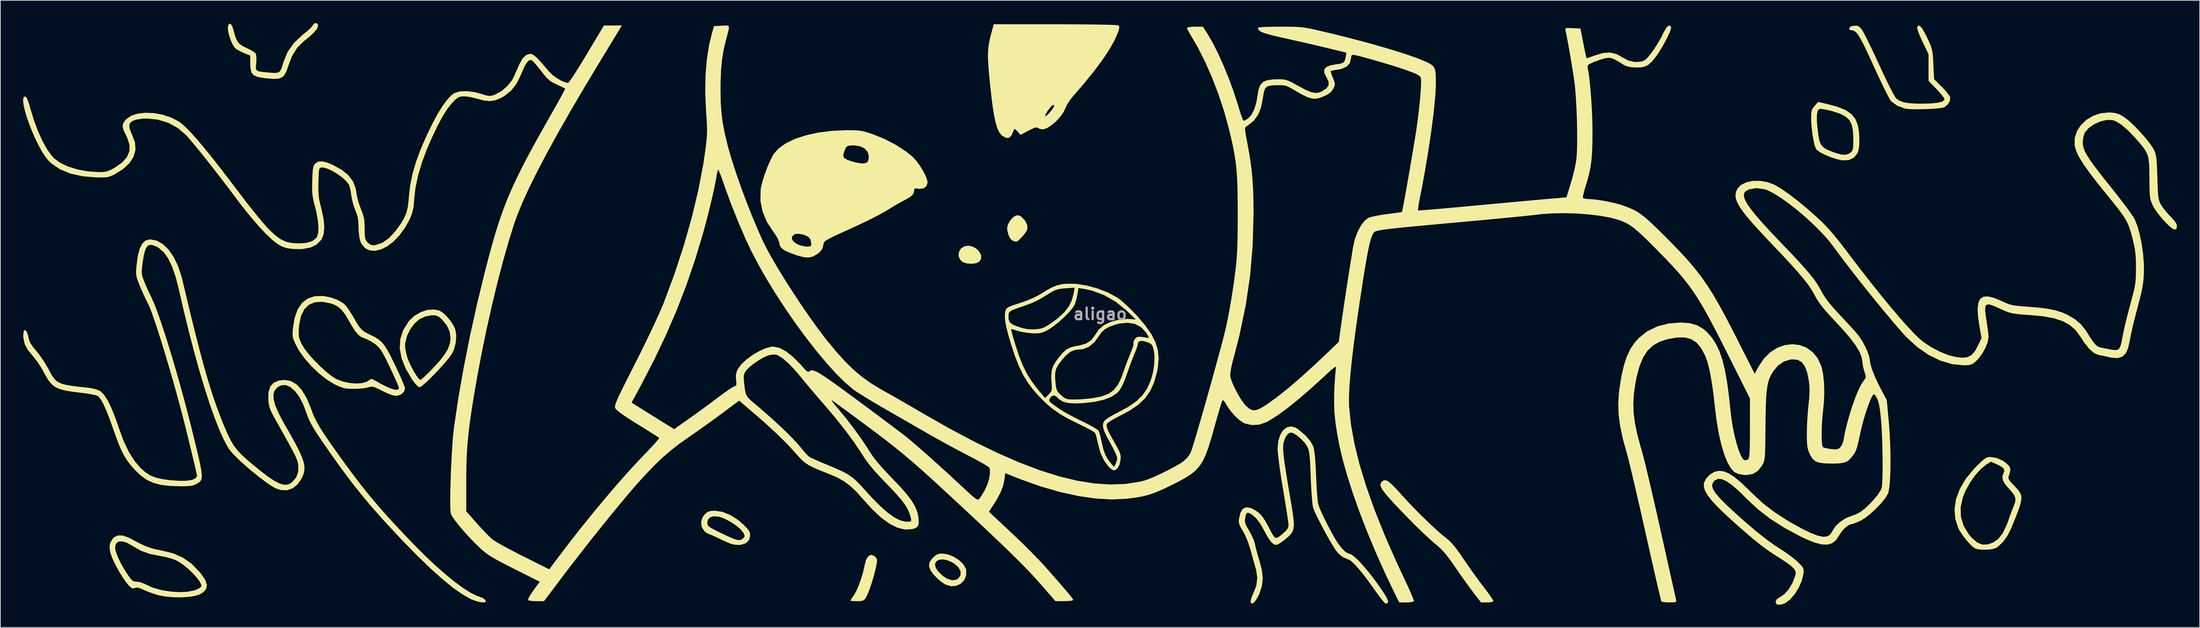
<source format=kicad_pcb>
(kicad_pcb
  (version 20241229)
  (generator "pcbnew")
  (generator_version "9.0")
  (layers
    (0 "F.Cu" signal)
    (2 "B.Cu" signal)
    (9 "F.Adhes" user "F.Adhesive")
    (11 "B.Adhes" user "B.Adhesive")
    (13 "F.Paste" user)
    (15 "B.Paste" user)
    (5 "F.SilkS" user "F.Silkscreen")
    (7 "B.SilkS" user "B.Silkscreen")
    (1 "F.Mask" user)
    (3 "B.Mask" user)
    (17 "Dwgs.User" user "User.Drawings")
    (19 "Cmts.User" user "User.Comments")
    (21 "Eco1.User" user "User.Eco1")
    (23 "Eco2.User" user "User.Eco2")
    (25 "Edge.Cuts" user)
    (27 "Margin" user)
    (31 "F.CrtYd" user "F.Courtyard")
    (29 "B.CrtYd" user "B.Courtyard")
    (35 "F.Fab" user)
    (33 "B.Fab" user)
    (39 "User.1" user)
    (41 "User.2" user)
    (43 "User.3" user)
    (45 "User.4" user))
  (footprint "aligao"
    (layer "F.Cu")
    (at 142.394 38.502)
    (property "Reference" "aligao" (at 0 0 0) (layer "F.Fab") (effects (font (size 1.524 1.524) (thickness 0.3))))
    (attr board_only exclude_from_pos_files exclude_from_bom)
    (fp_poly (pts (xy -16.815 -8.901) (xy -16.327 -8.61) (xy -15.951 -8.213) (xy -15.737 -7.762) (xy -15.732 -7.308) (xy -15.987 -6.903) (xy -15.989 -6.901) (xy -16.383 -6.716) (xy -16.952 -6.641) (xy -17.567 -6.677) (xy -18.095 -6.831) (xy -18.117 -6.841) (xy -18.533 -7.204) (xy -18.713 -7.689) (xy -18.667 -8.205) (xy -18.4 -8.66) (xy -17.935 -8.96) (xy -17.368 -9.035)) (stroke (width 0) (type solid)) (fill yes) (layer "F.SilkS"))
    (fp_poly (pts (xy -10.592 -12.972) (xy -10.39 -12.835) (xy -9.898 -12.33) (xy -9.629 -11.749) (xy -9.622 -11.202) (xy -9.777 -10.889) (xy -10.072 -10.486) (xy -10.432 -10.075) (xy -10.783 -9.741) (xy -11.049 -9.565) (xy -11.104 -9.555) (xy -11.353 -9.619) (xy -11.598 -9.708) (xy -11.877 -9.968) (xy -12.114 -10.443) (xy -12.264 -11.029) (xy -12.294 -11.406) (xy -12.175 -11.872) (xy -11.876 -12.385) (xy -11.488 -12.811) (xy -11.24 -12.974) (xy -10.9 -13.071)) (stroke (width 0) (type solid)) (fill yes) (layer "F.SilkS"))
    (fp_poly (pts (xy -29.923 31.987) (xy -29.694 32.187) (xy -29.556 32.364) (xy -29.493 32.559) (xy -29.506 32.854) (xy -29.594 33.33) (xy -29.688 33.764) (xy -29.909 34.645) (xy -30.179 35.556) (xy -30.471 36.412) (xy -30.755 37.129) (xy -31.002 37.622) (xy -31.021 37.653) (xy -31.223 37.874) (xy -31.519 37.985) (xy -32.014 38.018) (xy -32.133 38.019) (xy -32.614 38.005) (xy -32.931 37.97) (xy -33.004 37.937) (xy -32.917 37.769) (xy -32.696 37.434) (xy -32.539 37.212) (xy -32.249 36.704) (xy -31.932 35.974) (xy -31.623 35.119) (xy -31.355 34.235) (xy -31.163 33.419) (xy -31.132 33.246) (xy -30.941 32.534) (xy -30.657 32.073) (xy -30.309 31.884)) (stroke (width 0) (type solid)) (fill yes) (layer "F.SilkS"))
    (fp_poly (pts (xy -20.138 31.824) (xy -19.362 32.133) (xy -18.655 32.584) (xy -18.093 33.126) (xy -17.754 33.706) (xy -17.707 33.882) (xy -17.71 34.615) (xy -17.971 35.236) (xy -18.434 35.708) (xy -19.04 35.988) (xy -19.732 36.038) (xy -20.453 35.817) (xy -20.466 35.81) (xy -21.001 35.453) (xy -21.577 34.954) (xy -22.087 34.414) (xy -22.42 33.942) (xy -22.624 33.373) (xy -22.59 33.121) (xy -21.833 33.121) (xy -21.742 33.581) (xy -21.469 34.01) (xy -20.831 34.652) (xy -20.176 35.071) (xy -19.549 35.249) (xy -19.001 35.17) (xy -18.739 35.001) (xy -18.45 34.559) (xy -18.453 34.06) (xy -18.732 33.544) (xy -19.273 33.056) (xy -19.499 32.912) (xy -20.198 32.597) (xy -20.823 32.484) (xy -21.331 32.549) (xy -21.682 32.769) (xy -21.833 33.121) (xy -22.59 33.121) (xy -22.558 32.877) (xy -22.207 32.371) (xy -22.1 32.26) (xy -21.668 31.894) (xy -21.256 31.735) (xy -20.906 31.71)) (stroke (width 0) (type solid)) (fill yes) (layer "F.SilkS"))
    (fp_poly (pts (xy 38.083 22.157) (xy 38.509 22.505) (xy 39.068 23.068) (xy 39.678 23.742) (xy 40.584 24.737) (xy 41.567 25.769) (xy 42.578 26.788) (xy 43.563 27.744) (xy 44.474 28.588) (xy 45.257 29.27) (xy 45.684 29.609) (xy 46.146 29.994) (xy 46.598 30.461) (xy 47.089 31.068) (xy 47.665 31.869) (xy 48.047 32.432) (xy 48.673 33.347) (xy 49.376 34.34) (xy 50.075 35.302) (xy 50.69 36.12) (xy 50.771 36.224) (xy 51.251 36.857) (xy 51.639 37.403) (xy 51.9 37.81) (xy 52.001 38.028) (xy 51.998 38.044) (xy 51.8 38.124) (xy 51.392 38.173) (xy 51.134 38.181) (xy 50.355 38.181) (xy 49.38 36.921) (xy 48.927 36.317) (xy 48.358 35.534) (xy 47.738 34.66) (xy 47.131 33.786) (xy 46.964 33.54) (xy 46.313 32.607) (xy 45.766 31.887) (xy 45.267 31.314) (xy 44.757 30.82) (xy 44.319 30.45) (xy 43.814 30.017) (xy 43.148 29.408) (xy 42.382 28.679) (xy 41.576 27.89) (xy 40.85 27.157) (xy 39.751 26.024) (xy 38.867 25.092) (xy 38.18 24.338) (xy 37.674 23.738) (xy 37.329 23.268) (xy 37.13 22.904) (xy 37.058 22.623) (xy 37.097 22.4) (xy 37.228 22.211) (xy 37.243 22.197) (xy 37.484 22.026) (xy 37.752 22.005)) (stroke (width 0) (type solid)) (fill yes) (layer "F.SilkS"))
    (fp_poly (pts (xy -49.951 26.192) (xy -48.913 26.604) (xy -47.885 27.252) (xy -47.167 27.866) (xy -46.695 28.346) (xy -46.422 28.701) (xy -46.297 29.012) (xy -46.27 29.321) (xy -46.405 29.915) (xy -46.8 30.327) (xy -47.438 30.545) (xy -47.888 30.577) (xy -48.377 30.532) (xy -48.926 30.379) (xy -49.616 30.091) (xy -50.118 29.849) (xy -50.753 29.542) (xy -51.289 29.299) (xy -51.653 29.151) (xy -51.765 29.121) (xy -51.994 29.015) (xy -52.31 28.758) (xy -52.344 28.724) (xy -52.685 28.175) (xy -52.744 27.652) (xy -51.932 27.652) (xy -51.911 27.864) (xy -51.813 28.046) (xy -51.588 28.234) (xy -51.187 28.468) (xy -50.56 28.786) (xy -50.274 28.927) (xy -49.334 29.378) (xy -48.633 29.689) (xy -48.123 29.872) (xy -47.757 29.938) (xy -47.487 29.898) (xy -47.267 29.764) (xy -47.166 29.671) (xy -47.009 29.468) (xy -47.02 29.255) (xy -47.2 28.909) (xy -47.567 28.473) (xy -48.146 27.992) (xy -48.847 27.524) (xy -49.576 27.132) (xy -50.241 26.876) (xy -50.327 26.853) (xy -51.048 26.773) (xy -51.568 26.916) (xy -51.867 27.272) (xy -51.932 27.652) (xy -52.744 27.652) (xy -52.756 27.541) (xy -52.562 26.911) (xy -52.268 26.52) (xy -51.927 26.23) (xy -51.57 26.09) (xy -51.058 26.048) (xy -50.934 26.047)) (stroke (width 0) (type solid)) (fill yes) (layer "F.SilkS"))
    (fp_poly (pts (xy 96.202 -27.763) (xy 97.516 -27.404) (xy 98.539 -26.985) (xy 99.301 -26.471) (xy 99.835 -25.829) (xy 100.17 -25.025) (xy 100.339 -24.024) (xy 100.374 -23.216) (xy 100.361 -22.393) (xy 100.298 -21.81) (xy 100.173 -21.386) (xy 100.102 -21.239) (xy 99.627 -20.666) (xy 98.975 -20.363) (xy 98.146 -20.33) (xy 97.475 -20.463) (xy 96.645 -20.729) (xy 95.873 -21.043) (xy 95.23 -21.372) (xy 94.786 -21.681) (xy 94.635 -21.856) (xy 94.474 -22.298) (xy 94.317 -22.972) (xy 94.178 -23.791) (xy 94.071 -24.662) (xy 94.01 -25.497) (xy 94.002 -25.842) (xy 94.009 -26.328) (xy 94.761 -26.328) (xy 94.763 -25.487) (xy 94.832 -24.674) (xy 94.952 -23.696) (xy 95.086 -22.98) (xy 95.276 -22.467) (xy 95.563 -22.096) (xy 95.991 -21.807) (xy 96.6 -21.54) (xy 97.151 -21.336) (xy 97.94 -21.103) (xy 98.536 -21.061) (xy 99.005 -21.21) (xy 99.196 -21.341) (xy 99.376 -21.513) (xy 99.488 -21.722) (xy 99.548 -22.043) (xy 99.572 -22.551) (xy 99.575 -23.162) (xy 99.53 -24.213) (xy 99.371 -25.027) (xy 99.062 -25.648) (xy 98.56 -26.125) (xy 97.829 -26.503) (xy 96.828 -26.829) (xy 96.386 -26.944) (xy 95.807 -27.07) (xy 95.335 -27.137) (xy 95.072 -27.13) (xy 94.864 -26.879) (xy 94.761 -26.328) (xy 94.009 -26.328) (xy 94.011 -26.475) (xy 94.066 -26.89) (xy 94.195 -27.194) (xy 94.427 -27.495) (xy 94.463 -27.535) (xy 94.929 -28.057)) (stroke (width 0) (type solid)) (fill yes) (layer "F.SilkS"))
    (fp_poly (pts (xy -103.429 -38.342) (xy -103.38 -38.133) (xy -103.525 -37.747) (xy -103.96 -37.225) (xy -104.681 -36.57) (xy -105.305 -36.073) (xy -106.155 -35.231) (xy -106.829 -34.139) (xy -107.295 -32.93) (xy -107.548 -32.182) (xy -107.816 -31.653) (xy -108.155 -31.316) (xy -108.619 -31.143) (xy -109.263 -31.105) (xy -110.143 -31.176) (xy -110.649 -31.238) (xy -111.422 -31.382) (xy -111.925 -31.615) (xy -112.214 -31.994) (xy -112.339 -32.578) (xy -112.359 -33.12) (xy -112.359 -34.195) (xy -113.214 -34.54) (xy -113.752 -34.79) (xy -114.204 -35.058) (xy -114.386 -35.202) (xy -114.662 -35.607) (xy -114.935 -36.21) (xy -115.162 -36.89) (xy -115.301 -37.523) (xy -115.32 -37.918) (xy -115.219 -38.322) (xy -115.05 -38.435) (xy -114.849 -38.274) (xy -114.655 -37.855) (xy -114.587 -37.615) (xy -114.358 -36.776) (xy -114.116 -36.185) (xy -113.81 -35.769) (xy -113.385 -35.456) (xy -112.822 -35.185) (xy -112.276 -34.922) (xy -111.846 -34.658) (xy -111.626 -34.452) (xy -111.558 -34.139) (xy -111.544 -33.632) (xy -111.571 -33.204) (xy -111.616 -32.723) (xy -111.596 -32.403) (xy -111.457 -32.204) (xy -111.149 -32.087) (xy -110.619 -32.012) (xy -109.906 -31.947) (xy -109.206 -31.897) (xy -108.746 -31.928) (xy -108.451 -32.094) (xy -108.245 -32.448) (xy -108.055 -33.044) (xy -107.98 -33.31) (xy -107.445 -34.633) (xy -106.613 -35.832) (xy -105.488 -36.902) (xy -105.338 -37.018) (xy -104.813 -37.442) (xy -104.391 -37.831) (xy -104.14 -38.121) (xy -104.104 -38.191) (xy -103.908 -38.455) (xy -103.641 -38.502)) (stroke (width 0) (type solid)) (fill yes) (layer "F.SilkS"))
    (fp_poly (pts (xy -87.326 -0.433) (xy -86.839 -0.118) (xy -86.305 0.402) (xy -85.801 1.032) (xy -85.407 1.678) (xy -85.255 2.038) (xy -85.121 2.86) (xy -85.188 3.802) (xy -85.44 4.744) (xy -85.594 5.099) (xy -85.834 5.481) (xy -86.237 6.002) (xy -86.758 6.617) (xy -87.353 7.278) (xy -87.979 7.941) (xy -88.591 8.56) (xy -89.146 9.087) (xy -89.6 9.478) (xy -89.909 9.686) (xy -89.986 9.708) (xy -90.214 9.578) (xy -90.548 9.23) (xy -90.93 8.726) (xy -90.948 8.699) (xy -91.809 7.242) (xy -92.358 5.863) (xy -92.595 4.557) (xy -92.576 4.24) (xy -91.893 4.24) (xy -91.839 4.74) (xy -91.701 5.376) (xy -91.565 5.837) (xy -91.339 6.407) (xy -91.038 7.035) (xy -90.702 7.651) (xy -90.371 8.186) (xy -90.085 8.57) (xy -89.886 8.736) (xy -89.871 8.738) (xy -89.704 8.628) (xy -89.362 8.326) (xy -88.892 7.878) (xy -88.343 7.325) (xy -88.253 7.232) (xy -87.336 6.232) (xy -86.664 5.372) (xy -86.214 4.612) (xy -85.961 3.911) (xy -85.882 3.254) (xy -85.989 2.368) (xy -86.345 1.56) (xy -86.97 0.768) (xy -87.395 0.39) (xy -87.825 0.197) (xy -88.352 0.173) (xy -89.065 0.302) (xy -89.236 0.344) (xy -89.965 0.68) (xy -90.641 1.269) (xy -91.216 2.039) (xy -91.641 2.921) (xy -91.868 3.843) (xy -91.893 4.24) (xy -92.576 4.24) (xy -92.521 3.318) (xy -92.135 2.14) (xy -91.438 1.019) (xy -91.325 0.877) (xy -90.636 0.231) (xy -89.805 -0.248) (xy -88.913 -0.531) (xy -88.041 -0.594)) (stroke (width 0) (type solid)) (fill yes) (layer "F.SilkS"))
    (fp_poly (pts (xy -5.938 -38.34) (xy -4.342 -38.337) (xy -2.841 -38.329) (xy -1.467 -38.316) (xy -0.252 -38.299) (xy 0.774 -38.278) (xy 1.577 -38.255) (xy 2.127 -38.23) (xy 2.391 -38.202) (xy 2.408 -38.196) (xy 2.526 -38.063) (xy 2.527 -37.826) (xy 2.407 -37.399) (xy 2.365 -37.275) (xy 1.914 -36.226) (xy 1.219 -34.996) (xy 0.29 -33.601) (xy -0.86 -32.059) (xy -2.22 -30.386) (xy -3.518 -28.888) (xy -3.959 -28.34) (xy -4.326 -27.789) (xy -4.547 -27.347) (xy -4.559 -27.31) (xy -4.84 -26.701) (xy -5.298 -26.06) (xy -5.867 -25.45) (xy -6.48 -24.933) (xy -7.071 -24.572) (xy -7.576 -24.43) (xy -7.596 -24.429) (xy -7.993 -24.499) (xy -8.218 -24.623) (xy -8.391 -24.693) (xy -8.687 -24.63) (xy -9.167 -24.416) (xy -9.472 -24.259) (xy -10.532 -23.701) (xy -10.93 -24.156) (xy -11.195 -24.436) (xy -11.334 -24.483) (xy -11.419 -24.323) (xy -11.42 -24.318) (xy -11.691 -23.668) (xy -12.007 -23.329) (xy -12.395 -23.291) (xy -12.88 -23.541) (xy -12.998 -23.629) (xy -13.305 -23.984) (xy -13.578 -24.552) (xy -13.822 -25.354) (xy -13.995 -26.183) (xy -7.274 -26.183) (xy -7.183 -26.172) (xy -6.96 -26.351) (xy -6.67 -26.654) (xy -6.376 -27.013) (xy -6.142 -27.362) (xy -6.131 -27.382) (xy -6.062 -27.612) (xy -6.183 -27.662) (xy -6.395 -27.533) (xy -6.684 -27.219) (xy -6.977 -26.82) (xy -7.197 -26.436) (xy -7.274 -26.183) (xy -13.995 -26.183) (xy -14.044 -26.415) (xy -14.249 -27.757) (xy -14.411 -29.111) (xy -14.577 -30.654) (xy -14.702 -31.925) (xy -14.785 -32.973) (xy -14.825 -33.845) (xy -14.822 -34.592) (xy -14.774 -35.261) (xy -14.681 -35.902) (xy -14.541 -36.563) (xy -14.353 -37.293) (xy -14.23 -37.736) (xy -14.06 -38.343)) (stroke (width 0) (type solid)) (fill yes) (layer "F.SilkS"))
    (fp_poly (pts (xy 118.534 19.067) (xy 119.373 19.442) (xy 119.922 19.857) (xy 120.239 20.218) (xy 120.348 20.562) (xy 120.271 21.01) (xy 120.175 21.297) (xy 120.091 21.569) (xy 120.094 21.79) (xy 120.221 22.034) (xy 120.508 22.374) (xy 120.903 22.793) (xy 121.271 23.189) (xy 121.545 23.537) (xy 121.723 23.878) (xy 121.799 24.255) (xy 121.77 24.711) (xy 121.633 25.288) (xy 121.383 26.027) (xy 121.018 26.971) (xy 120.533 28.162) (xy 120.406 28.471) (xy 119.931 29.402) (xy 119.344 30.205) (xy 118.707 30.803) (xy 118.405 30.992) (xy 117.955 31.125) (xy 117.32 31.197) (xy 116.634 31.205) (xy 116.029 31.145) (xy 115.745 31.068) (xy 115.376 30.821) (xy 114.909 30.37) (xy 114.408 29.794) (xy 113.938 29.167) (xy 113.563 28.568) (xy 113.455 28.353) (xy 113.053 27.108) (xy 112.959 25.808) (xy 112.994 25.584) (xy 113.766 25.584) (xy 113.8 26.831) (xy 114.15 28.015) (xy 114.813 29.127) (xy 115.285 29.676) (xy 115.959 30.251) (xy 116.622 30.524) (xy 117.335 30.507) (xy 118.059 30.259) (xy 118.744 29.776) (xy 119.35 28.983) (xy 119.877 27.879) (xy 120.063 27.359) (xy 120.3 26.677) (xy 120.554 25.998) (xy 120.732 25.562) (xy 120.964 24.941) (xy 121.02 24.463) (xy 120.879 24.03) (xy 120.519 23.543) (xy 120.233 23.23) (xy 119.658 22.553) (xy 119.346 22.001) (xy 119.28 21.535) (xy 119.382 21.219) (xy 119.54 20.811) (xy 119.481 20.498) (xy 119.172 20.221) (xy 118.667 19.959) (xy 117.776 19.551) (xy 117.226 19.89) (xy 116.467 20.493) (xy 115.706 21.333) (xy 115.001 22.331) (xy 114.409 23.408) (xy 114.051 24.286) (xy 113.766 25.584) (xy 112.994 25.584) (xy 113.168 24.474) (xy 113.672 23.129) (xy 114.467 21.792) (xy 115.545 20.487) (xy 115.762 20.263) (xy 116.351 19.681) (xy 116.777 19.296) (xy 117.096 19.069) (xy 117.365 18.96) (xy 117.642 18.929) (xy 117.682 18.929)) (stroke (width 0) (type solid)) (fill yes) (layer "F.SilkS"))
    (fp_poly (pts (xy 108.393 -38.119) (xy 108.676 -37.79) (xy 109.037 -37.169) (xy 109.317 -36.604) (xy 109.633 -35.926) (xy 109.848 -35.404) (xy 109.986 -34.941) (xy 110.07 -34.436) (xy 110.123 -33.791) (xy 110.162 -33.047) (xy 110.257 -31.067) (xy 111.273 -30.061) (xy 111.745 -29.563) (xy 112.124 -29.105) (xy 112.35 -28.763) (xy 112.382 -28.683) (xy 112.35 -28.216) (xy 112.088 -27.749) (xy 111.667 -27.397) (xy 111.531 -27.334) (xy 111.156 -27.254) (xy 110.539 -27.187) (xy 109.763 -27.136) (xy 108.909 -27.103) (xy 108.058 -27.091) (xy 107.293 -27.102) (xy 106.695 -27.138) (xy 106.408 -27.183) (xy 105.396 -27.555) (xy 104.638 -28.098) (xy 104.558 -28.18) (xy 104.397 -28.427) (xy 104.126 -28.927) (xy 103.766 -29.635) (xy 103.34 -30.509) (xy 102.869 -31.506) (xy 102.401 -32.523) (xy 101.774 -33.893) (xy 101.257 -34.994) (xy 100.833 -35.854) (xy 100.486 -36.501) (xy 100.198 -36.963) (xy 99.952 -37.269) (xy 99.732 -37.446) (xy 99.52 -37.524) (xy 99.396 -37.534) (xy 99.093 -37.595) (xy 99.04 -37.809) (xy 99.041 -37.817) (xy 99.219 -38.041) (xy 99.668 -38.148) (xy 99.685 -38.149) (xy 100.099 -38.143) (xy 100.396 -37.989) (xy 100.7 -37.642) (xy 100.879 -37.349) (xy 101.167 -36.805) (xy 101.543 -36.056) (xy 101.985 -35.144) (xy 102.47 -34.116) (xy 102.978 -33.015) (xy 102.993 -32.982) (xy 103.517 -31.848) (xy 104.009 -30.818) (xy 104.45 -29.93) (xy 104.818 -29.225) (xy 105.095 -28.74) (xy 105.253 -28.522) (xy 105.666 -28.232) (xy 106.198 -28.029) (xy 106.906 -27.902) (xy 107.842 -27.84) (xy 108.638 -27.829) (xy 109.839 -27.86) (xy 110.737 -27.952) (xy 111.328 -28.106) (xy 111.607 -28.319) (xy 111.631 -28.416) (xy 111.524 -28.637) (xy 111.237 -29.019) (xy 110.822 -29.497) (xy 110.579 -29.756) (xy 109.527 -30.846) (xy 109.525 -32.612) (xy 109.523 -34.379) (xy 108.723 -36.042) (xy 108.412 -36.725) (xy 108.174 -37.317) (xy 108.035 -37.749) (xy 108.015 -37.943) (xy 108.176 -38.166)) (stroke (width 0) (type solid)) (fill yes) (layer "F.SilkS"))
    (fp_poly (pts (xy -128.419 29.606) (xy -128.111 29.767) (xy -127.128 30.296) (xy -126.32 30.681) (xy -125.594 30.955) (xy -124.857 31.157) (xy -124.088 31.307) (xy -122.557 31.685) (xy -121.239 32.271) (xy -120.077 33.101) (xy -119.011 34.21) (xy -118.772 34.511) (xy -118.287 35.258) (xy -118.091 35.881) (xy -118.188 36.402) (xy -118.579 36.844) (xy -118.971 37.089) (xy -119.585 37.301) (xy -120.43 37.442) (xy -121.42 37.509) (xy -122.47 37.5) (xy -123.495 37.414) (xy -124.409 37.249) (xy -124.515 37.221) (xy -125.231 37.001) (xy -125.952 36.735) (xy -126.462 36.509) (xy -127.013 36.269) (xy -127.377 36.214) (xy -127.532 36.262) (xy -127.872 36.333) (xy -128.039 36.288) (xy -128.387 35.985) (xy -128.818 35.452) (xy -129.294 34.755) (xy -129.772 33.964) (xy -130.214 33.145) (xy -130.578 32.368) (xy -130.825 31.699) (xy -130.875 31.505) (xy -130.965 30.916) (xy -130.962 30.893) (xy -130.232 30.893) (xy -130.134 31.434) (xy -129.869 32.16) (xy -129.468 33.001) (xy -128.963 33.886) (xy -128.713 34.276) (xy -128.328 34.84) (xy -128.05 35.183) (xy -127.818 35.36) (xy -127.568 35.424) (xy -127.38 35.431) (xy -126.888 35.514) (xy -126.327 35.724) (xy -126.139 35.822) (xy -125.232 36.23) (xy -124.146 36.539) (xy -122.967 36.738) (xy -121.782 36.819) (xy -120.681 36.773) (xy -119.75 36.591) (xy -119.487 36.497) (xy -119.097 36.299) (xy -118.852 36.11) (xy -118.838 36.091) (xy -118.842 35.81) (xy -119.061 35.386) (xy -119.452 34.868) (xy -119.967 34.303) (xy -120.561 33.738) (xy -121.19 33.221) (xy -121.806 32.801) (xy -122.19 32.596) (xy -122.798 32.373) (xy -123.563 32.168) (xy -124.32 32.024) (xy -124.323 32.024) (xy -125.667 31.756) (xy -126.823 31.335) (xy -127.906 30.717) (xy -127.99 30.66) (xy -128.699 30.264) (xy -129.316 30.094) (xy -129.803 30.145) (xy -130.122 30.414) (xy -130.232 30.893) (xy -130.962 30.893) (xy -130.912 30.454) (xy -130.817 30.183) (xy -130.442 29.612) (xy -129.914 29.326) (xy -129.239 29.323)) (stroke (width 0) (type solid)) (fill yes) (layer "F.SilkS"))
    (fp_poly (pts (xy -32.712 -24.319) (xy -32.069 -24.293) (xy -31.533 -24.223) (xy -30.994 -24.093) (xy -30.345 -23.885) (xy -29.968 -23.755) (xy -28.442 -23.132) (xy -26.968 -22.36) (xy -25.646 -21.494) (xy -24.815 -20.819) (xy -24.318 -20.286) (xy -23.823 -19.617) (xy -23.38 -18.895) (xy -23.036 -18.203) (xy -22.839 -17.622) (xy -22.811 -17.395) (xy -22.95 -16.93) (xy -23.32 -16.632) (xy -23.852 -16.549) (xy -24.018 -16.571) (xy -24.398 -16.621) (xy -24.558 -16.547) (xy -24.591 -16.301) (xy -24.591 -16.292) (xy -24.658 -15.962) (xy -24.892 -15.66) (xy -25.339 -15.34) (xy -26.001 -14.984) (xy -26.596 -14.663) (xy -27.292 -14.258) (xy -27.833 -13.922) (xy -28.645 -13.435) (xy -29.697 -12.87) (xy -31.004 -12.22) (xy -32.584 -11.476) (xy -34.217 -10.735) (xy -35.21 -10.277) (xy -35.914 -9.916) (xy -36.346 -9.645) (xy -36.524 -9.452) (xy -36.529 -9.431) (xy -36.657 -8.831) (xy -36.851 -8.426) (xy -37.186 -8.088) (xy -37.4 -7.926) (xy -37.957 -7.602) (xy -38.528 -7.464) (xy -39.192 -7.509) (xy -40.027 -7.733) (xy -40.284 -7.821) (xy -41.135 -8.14) (xy -41.725 -8.415) (xy -42.101 -8.685) (xy -42.317 -8.988) (xy -42.421 -9.364) (xy -42.437 -9.486) (xy -42.564 -9.863) (xy -42.599 -9.927) (xy -40.753 -9.927) (xy -40.546 -9.596) (xy -40.149 -9.293) (xy -39.601 -9.057) (xy -38.944 -8.925) (xy -38.707 -8.911) (xy -38.334 -8.943) (xy -38.192 -9.098) (xy -38.181 -9.211) (xy -38.271 -9.811) (xy -38.573 -10.213) (xy -39.134 -10.469) (xy -39.289 -10.51) (xy -39.881 -10.615) (xy -40.279 -10.586) (xy -40.432 -10.523) (xy -40.729 -10.249) (xy -40.753 -9.927) (xy -42.599 -9.927) (xy -42.841 -10.363) (xy -43.154 -10.805) (xy -44.043 -12.154) (xy -44.631 -13.561) (xy -44.913 -15.001) (xy -44.88 -16.449) (xy -44.843 -16.692) (xy -44.656 -17.493) (xy -44.361 -18.434) (xy -43.999 -19.41) (xy -43.609 -20.312) (xy -43.327 -20.855) (xy -33.952 -20.855) (xy -33.831 -20.659) (xy -33.782 -20.608) (xy -33.464 -20.419) (xy -32.935 -20.223) (xy -32.306 -20.052) (xy -31.687 -19.94) (xy -31.378 -19.913) (xy -30.987 -19.974) (xy -30.771 -20.094) (xy -30.636 -20.381) (xy -30.577 -20.81) (xy -30.577 -20.829) (xy -30.722 -21.431) (xy -31.129 -21.896) (xy -31.758 -22.199) (xy -32.567 -22.316) (xy -33.015 -22.298) (xy -33.378 -22.227) (xy -33.599 -22.04) (xy -33.777 -21.644) (xy -33.808 -21.558) (xy -33.943 -21.116) (xy -33.952 -20.855) (xy -43.327 -20.855) (xy -43.233 -21.036) (xy -43.134 -21.194) (xy -42.459 -21.946) (xy -41.502 -22.613) (xy -40.294 -23.186) (xy -38.868 -23.654) (xy -37.257 -24.005) (xy -35.493 -24.231) (xy -33.608 -24.32) (xy -33.57 -24.32)) (stroke (width 0) (type solid)) (fill yes) (layer "F.SilkS"))
    (fp_poly (pts (xy -102.592 -2.36) (xy -101.658 -2.167) (xy -100.781 -1.837) (xy -100.065 -1.415) (xy -99.78 -1.161) (xy -99.511 -0.816) (xy -99.154 -0.286) (xy -98.778 0.328) (xy -98.687 0.485) (xy -98.26 1.218) (xy -97.922 1.731) (xy -97.609 2.09) (xy -97.259 2.361) (xy -96.808 2.609) (xy -96.504 2.755) (xy -95.905 3.054) (xy -95.419 3.353) (xy -95.008 3.7) (xy -94.633 4.142) (xy -94.255 4.725) (xy -93.837 5.499) (xy -93.338 6.509) (xy -93.185 6.828) (xy -92.773 7.706) (xy -92.416 8.502) (xy -92.135 9.163) (xy -91.953 9.635) (xy -91.893 9.862) (xy -92.039 10.308) (xy -92.42 10.655) (xy -92.947 10.831) (xy -93.098 10.839) (xy -93.565 10.753) (xy -94.219 10.512) (xy -94.918 10.18) (xy -95.536 9.865) (xy -95.954 9.685) (xy -96.254 9.62) (xy -96.518 9.648) (xy -96.744 9.719) (xy -97.178 9.814) (xy -97.811 9.884) (xy -98.519 9.916) (xy -98.646 9.917) (xy -99.344 9.904) (xy -99.868 9.843) (xy -100.351 9.702) (xy -100.927 9.449) (xy -101.233 9.3) (xy -102.234 8.692) (xy -103.282 7.863) (xy -104.3 6.886) (xy -105.212 5.841) (xy -105.943 4.802) (xy -106.219 4.303) (xy -106.515 3.685) (xy -106.687 3.237) (xy -106.759 2.84) (xy -106.756 2.476) (xy -105.961 2.476) (xy -105.935 2.961) (xy -105.828 3.382) (xy -105.618 3.868) (xy -105.556 3.997) (xy -105.168 4.627) (xy -104.584 5.375) (xy -103.866 6.176) (xy -103.078 6.968) (xy -102.285 7.685) (xy -101.549 8.263) (xy -100.943 8.635) (xy -100.115 8.947) (xy -99.222 9.138) (xy -98.342 9.207) (xy -97.552 9.152) (xy -96.93 8.968) (xy -96.647 8.776) (xy -96.444 8.615) (xy -96.235 8.621) (xy -95.889 8.801) (xy -95.877 8.808) (xy -94.813 9.4) (xy -93.953 9.804) (xy -93.307 10.019) (xy -92.889 10.04) (xy -92.708 9.863) (xy -92.702 9.795) (xy -92.769 9.577) (xy -92.955 9.122) (xy -93.236 8.482) (xy -93.59 7.71) (xy -93.892 7.07) (xy -94.346 6.132) (xy -94.701 5.437) (xy -94.99 4.932) (xy -95.248 4.564) (xy -95.507 4.282) (xy -95.802 4.031) (xy -95.857 3.989) (xy -96.396 3.629) (xy -96.948 3.342) (xy -97.243 3.233) (xy -97.681 3.056) (xy -98.083 2.749) (xy -98.492 2.264) (xy -98.948 1.556) (xy -99.295 0.944) (xy -99.813 0.07) (xy -100.291 -0.552) (xy -100.788 -0.981) (xy -101.362 -1.274) (xy -101.729 -1.396) (xy -102.857 -1.61) (xy -103.817 -1.548) (xy -104.604 -1.214) (xy -105.215 -0.61) (xy -105.644 0.259) (xy -105.889 1.393) (xy -105.927 1.799) (xy -105.961 2.476) (xy -106.756 2.476) (xy -106.755 2.377) (xy -106.717 1.903) (xy -106.49 0.512) (xy -106.087 -0.61) (xy -105.511 -1.46) (xy -104.761 -2.038) (xy -103.838 -2.344) (xy -102.744 -2.375)) (stroke (width 0) (type solid)) (fill yes) (layer "F.SilkS"))
    (fp_poly (pts (xy 25.817 15.031) (xy 26.147 15.234) (xy 27.105 16.044) (xy 27.794 16.827) (xy 28.193 17.56) (xy 28.215 17.625) (xy 28.314 18.107) (xy 28.403 18.872) (xy 28.48 19.878) (xy 28.539 21.085) (xy 28.549 21.345) (xy 28.592 22.358) (xy 28.647 23.318) (xy 28.709 24.154) (xy 28.773 24.795) (xy 28.824 25.131) (xy 28.963 25.555) (xy 29.231 26.19) (xy 29.593 26.967) (xy 30.015 27.818) (xy 30.462 28.673) (xy 30.899 29.463) (xy 31.293 30.121) (xy 31.433 30.334) (xy 31.933 30.996) (xy 32.394 31.463) (xy 32.773 31.693) (xy 32.876 31.71) (xy 33.219 31.841) (xy 33.706 32.215) (xy 34.307 32.798) (xy 34.993 33.558) (xy 35.736 34.464) (xy 36.506 35.481) (xy 37.275 36.58) (xy 37.446 36.835) (xy 37.859 37.508) (xy 38.06 37.966) (xy 38.055 38.234) (xy 37.85 38.339) (xy 37.775 38.343) (xy 37.602 38.216) (xy 37.294 37.87) (xy 36.894 37.358) (xy 36.444 36.73) (xy 36.413 36.684) (xy 35.669 35.633) (xy 34.951 34.678) (xy 34.288 33.856) (xy 33.712 33.205) (xy 33.253 32.76) (xy 32.992 32.579) (xy 32.528 32.374) (xy 32.161 32.221) (xy 31.822 31.993) (xy 31.419 31.595) (xy 31.168 31.283) (xy 30.84 30.786) (xy 30.426 30.097) (xy 29.964 29.283) (xy 29.488 28.409) (xy 29.034 27.542) (xy 28.638 26.75) (xy 28.335 26.099) (xy 28.161 25.656) (xy 28.157 25.643) (xy 28.093 25.286) (xy 28.025 24.666) (xy 27.959 23.842) (xy 27.899 22.875) (xy 27.85 21.825) (xy 27.841 21.598) (xy 27.796 20.438) (xy 27.752 19.552) (xy 27.704 18.89) (xy 27.646 18.403) (xy 27.572 18.041) (xy 27.477 17.754) (xy 27.369 17.521) (xy 27.056 17.063) (xy 26.608 16.581) (xy 26.106 16.146) (xy 25.629 15.827) (xy 25.26 15.694) (xy 25.24 15.693) (xy 24.854 15.848) (xy 24.521 16.288) (xy 24.284 16.92) (xy 24.225 17.209) (xy 24.196 17.555) (xy 24.2 17.992) (xy 24.242 18.551) (xy 24.324 19.267) (xy 24.451 20.173) (xy 24.627 21.302) (xy 24.855 22.687) (xy 25.095 24.106) (xy 25.319 25.43) (xy 25.482 26.479) (xy 25.582 27.296) (xy 25.612 27.923) (xy 25.569 28.406) (xy 25.448 28.786) (xy 25.245 29.107) (xy 24.954 29.413) (xy 24.572 29.747) (xy 24.498 29.81) (xy 24.01 30.187) (xy 23.58 30.461) (xy 23.294 30.576) (xy 23.279 30.577) (xy 22.929 30.47) (xy 22.562 30.131) (xy 22.155 29.532) (xy 21.774 28.826) (xy 21.177 27.767) (xy 20.596 27.005) (xy 20.014 26.516) (xy 19.889 26.446) (xy 19.571 26.309) (xy 19.382 26.348) (xy 19.262 26.614) (xy 19.171 27.044) (xy 19.137 27.391) (xy 19.198 27.728) (xy 19.386 28.147) (xy 19.71 28.71) (xy 20.047 29.334) (xy 20.318 29.955) (xy 20.467 30.445) (xy 20.47 30.465) (xy 20.569 30.921) (xy 20.741 31.575) (xy 20.957 32.316) (xy 21.068 32.676) (xy 21.394 33.938) (xy 21.5 35.038) (xy 21.384 36.052) (xy 21.044 37.057) (xy 20.935 37.292) (xy 20.622 37.844) (xy 20.327 38.204) (xy 20.085 38.346) (xy 19.933 38.246) (xy 19.899 38.025) (xy 19.971 37.669) (xy 20.151 37.197) (xy 20.223 37.047) (xy 20.651 35.961) (xy 20.782 34.927) (xy 20.624 33.885) (xy 20.62 33.871) (xy 20.457 33.287) (xy 20.243 32.519) (xy 20.015 31.692) (xy 19.91 31.305) (xy 19.56 30.212) (xy 19.153 29.246) (xy 18.864 28.717) (xy 18.539 28.161) (xy 18.371 27.759) (xy 18.329 27.404) (xy 18.359 27.106) (xy 18.558 26.301) (xy 18.867 25.797) (xy 19.298 25.588) (xy 19.864 25.667) (xy 20.432 25.939) (xy 20.936 26.286) (xy 21.364 26.714) (xy 21.774 27.294) (xy 22.222 28.098) (xy 22.295 28.241) (xy 22.664 28.956) (xy 22.933 29.411) (xy 23.156 29.633) (xy 23.384 29.646) (xy 23.669 29.479) (xy 24.065 29.155) (xy 24.086 29.137) (xy 24.568 28.698) (xy 24.826 28.354) (xy 24.913 28.033) (xy 24.915 27.978) (xy 24.888 27.697) (xy 24.813 27.145) (xy 24.698 26.369) (xy 24.548 25.416) (xy 24.372 24.333) (xy 24.187 23.225) (xy 23.989 22.02) (xy 23.812 20.861) (xy 23.664 19.803) (xy 23.551 18.902) (xy 23.482 18.216) (xy 23.462 17.841) (xy 23.554 16.846) (xy 23.802 16.026) (xy 24.181 15.407) (xy 24.661 15.018) (xy 25.216 14.883)) (stroke (width 0) (type solid)) (fill yes) (layer "F.SilkS"))
    (fp_poly (pts (xy -124.74 -9.711) (xy -123.926 -9.256) (xy -123.17 -8.526) (xy -122.49 -7.547) (xy -121.907 -6.344) (xy -121.44 -4.941) (xy -121.332 -4.512) (xy -120.685 -1.781) (xy -120.094 0.661) (xy -119.553 2.843) (xy -119.052 4.793) (xy -118.584 6.54) (xy -118.14 8.113) (xy -117.714 9.539) (xy -117.295 10.847) (xy -116.877 12.067) (xy -116.452 13.225) (xy -116.01 14.351) (xy -115.896 14.631) (xy -115.412 15.772) (xy -114.974 16.679) (xy -114.53 17.424) (xy -114.028 18.081) (xy -113.414 18.723) (xy -112.636 19.423) (xy -112.166 19.82) (xy -110.987 20.783) (xy -110.008 21.528) (xy -109.2 22.07) (xy -108.536 22.422) (xy -107.986 22.596) (xy -107.521 22.606) (xy -107.115 22.464) (xy -106.831 22.265) (xy -106.285 21.638) (xy -106.019 20.888) (xy -106.004 20.073) (xy -106.034 19.833) (xy -106.087 19.588) (xy -106.18 19.305) (xy -106.328 18.953) (xy -106.546 18.499) (xy -106.851 17.913) (xy -107.257 17.161) (xy -107.782 16.213) (xy -108.441 15.037) (xy -108.96 14.113) (xy -109.377 13.354) (xy -109.655 12.782) (xy -109.826 12.312) (xy -109.922 11.858) (xy -109.973 11.353) (xy -109.95 10.364) (xy -109.715 9.618) (xy -109.262 9.104) (xy -108.582 8.814) (xy -107.806 8.736) (xy -106.983 8.882) (xy -106.23 9.324) (xy -105.542 10.068) (xy -104.915 11.119) (xy -104.342 12.483) (xy -104.285 12.644) (xy -104.076 13.205) (xy -103.836 13.757) (xy -103.545 14.334) (xy -103.179 14.972) (xy -102.716 15.707) (xy -102.135 16.576) (xy -101.414 17.613) (xy -100.53 18.855) (xy -100.039 19.537) (xy -98.85 21.158) (xy -97.706 22.656) (xy -96.56 24.084) (xy -95.366 25.498) (xy -94.078 26.952) (xy -92.649 28.5) (xy -91.033 30.198) (xy -90.683 30.56) (xy -89.261 31.986) (xy -87.875 33.294) (xy -86.549 34.462) (xy -85.312 35.469) (xy -84.188 36.294) (xy -83.205 36.917) (xy -82.388 37.315) (xy -82.144 37.399) (xy -81.563 37.62) (xy -81.27 37.872) (xy -81.218 38.06) (xy -81.351 38.175) (xy -81.708 38.18) (xy -82.214 38.085) (xy -82.794 37.905) (xy -83.238 37.719) (xy -84.32 37.107) (xy -85.571 36.223) (xy -86.991 35.067) (xy -88.578 33.641) (xy -90.33 31.946) (xy -92.246 29.983) (xy -94.323 27.755) (xy -95.139 26.856) (xy -96.46 25.354) (xy -97.737 23.821) (xy -99.012 22.203) (xy -100.324 20.448) (xy -101.714 18.503) (xy -102.943 16.728) (xy -103.604 15.739) (xy -104.1 14.939) (xy -104.465 14.267) (xy -104.735 13.658) (xy -104.907 13.169) (xy -105.366 11.948) (xy -105.894 10.944) (xy -106.471 10.175) (xy -107.077 9.657) (xy -107.692 9.41) (xy -108.296 9.451) (xy -108.758 9.703) (xy -109.122 10.115) (xy -109.293 10.642) (xy -109.266 11.31) (xy -109.036 12.14) (xy -108.598 13.157) (xy -107.949 14.385) (xy -107.768 14.702) (xy -106.97 16.098) (xy -106.334 17.255) (xy -105.85 18.21) (xy -105.506 18.997) (xy -105.291 19.651) (xy -105.194 20.207) (xy -105.204 20.701) (xy -105.31 21.168) (xy -105.5 21.643) (xy -105.55 21.746) (xy -106.09 22.551) (xy -106.769 23.089) (xy -107.548 23.344) (xy -108.387 23.302) (xy -109.042 23.062) (xy -109.663 22.694) (xy -110.43 22.16) (xy -111.288 21.507) (xy -112.182 20.781) (xy -113.058 20.027) (xy -113.861 19.294) (xy -114.536 18.626) (xy -115.029 18.071) (xy -115.2 17.834) (xy -115.777 16.801) (xy -116.39 15.464) (xy -117.035 13.844) (xy -117.706 11.957) (xy -118.396 9.821) (xy -119.101 7.457) (xy -119.815 4.88) (xy -120.532 2.11) (xy -121.246 -0.836) (xy -121.8 -3.253) (xy -122.222 -4.908) (xy -122.687 -6.261) (xy -123.204 -7.335) (xy -123.785 -8.15) (xy -124.442 -8.726) (xy -124.742 -8.902) (xy -125.275 -9.118) (xy -125.688 -9.137) (xy -126.002 -8.933) (xy -126.243 -8.479) (xy -126.433 -7.749) (xy -126.575 -6.882) (xy -126.669 -6.157) (xy -126.707 -5.649) (xy -126.683 -5.258) (xy -126.592 -4.88) (xy -126.429 -4.422) (xy -126.181 -3.816) (xy -125.847 -3.068) (xy -125.491 -2.32) (xy -125.423 -2.184) (xy -125.093 -1.446) (xy -124.698 -0.429) (xy -124.249 0.832) (xy -123.758 2.301) (xy -123.235 3.944) (xy -122.692 5.724) (xy -122.138 7.607) (xy -121.585 9.557) (xy -121.043 11.538) (xy -120.524 13.516) (xy -120.118 15.129) (xy -119.717 16.762) (xy -119.39 18.11) (xy -119.134 19.205) (xy -118.947 20.075) (xy -118.825 20.751) (xy -118.767 21.264) (xy -118.769 21.643) (xy -118.829 21.918) (xy -118.943 22.119) (xy -119.11 22.277) (xy -119.325 22.421) (xy -119.433 22.487) (xy -119.76 22.648) (xy -120.154 22.747) (xy -120.7 22.796) (xy -121.482 22.81) (xy -121.499 22.81) (xy -122.953 22.767) (xy -124.152 22.626) (xy -125.156 22.365) (xy -126.025 21.965) (xy -126.818 21.403) (xy -127.594 20.658) (xy -127.595 20.658) (xy -128.179 19.996) (xy -128.668 19.347) (xy -129.095 18.646) (xy -129.494 17.829) (xy -129.9 16.832) (xy -130.348 15.592) (xy -130.397 15.45) (xy -130.914 13.999) (xy -131.363 12.844) (xy -131.753 11.966) (xy -132.092 11.345) (xy -132.39 10.964) (xy -132.524 10.859) (xy -132.826 10.752) (xy -133.371 10.633) (xy -134.076 10.516) (xy -134.765 10.429) (xy -135.982 10.28) (xy -136.93 10.115) (xy -137.661 9.903) (xy -138.23 9.616) (xy -138.691 9.223) (xy -139.097 8.695) (xy -139.501 8.001) (xy -139.653 7.712) (xy -140.067 6.99) (xy -140.551 6.266) (xy -141.013 5.673) (xy -141.106 5.57) (xy -141.78 4.743) (xy -142.185 3.956) (xy -142.358 3.134) (xy -142.369 2.823) (xy -142.321 2.334) (xy -142.196 2.129) (xy -142.028 2.189) (xy -141.849 2.493) (xy -141.691 3.02) (xy -141.642 3.279) (xy -141.47 3.782) (xy -141.083 4.374) (xy -140.665 4.874) (xy -140.185 5.478) (xy -139.659 6.244) (xy -139.175 7.041) (xy -139.013 7.339) (xy -138.698 7.929) (xy -138.415 8.394) (xy -138.118 8.752) (xy -137.765 9.024) (xy -137.31 9.23) (xy -136.71 9.39) (xy -135.92 9.524) (xy -134.897 9.651) (xy -133.601 9.792) (xy -132.908 9.927) (xy -132.307 10.151) (xy -132.145 10.243) (xy -131.694 10.688) (xy -131.21 11.44) (xy -130.701 12.486) (xy -130.171 13.814) (xy -129.742 15.06) (xy -129.101 16.809) (xy -128.411 18.267) (xy -127.655 19.462) (xy -126.896 20.348) (xy -126.25 20.932) (xy -125.61 21.355) (xy -124.891 21.653) (xy -124.01 21.86) (xy -122.974 22.002) (xy -121.785 22.09) (xy -120.81 22.078) (xy -120.071 21.969) (xy -119.593 21.765) (xy -119.399 21.473) (xy -119.396 21.425) (xy -119.434 21.218) (xy -119.541 20.733) (xy -119.709 20.006) (xy -119.929 19.073) (xy -120.194 17.971) (xy -120.494 16.734) (xy -120.82 15.4) (xy -120.859 15.243) (xy -121.257 13.67) (xy -121.694 12.012) (xy -122.159 10.307) (xy -122.643 8.589) (xy -123.134 6.893) (xy -123.622 5.255) (xy -124.096 3.71) (xy -124.544 2.294) (xy -124.958 1.042) (xy -125.324 -0.011) (xy -125.634 -0.829) (xy -125.876 -1.376) (xy -125.919 -1.456) (xy -126.168 -1.942) (xy -126.482 -2.611) (xy -126.805 -3.348) (xy -126.921 -3.626) (xy -127.197 -4.312) (xy -127.364 -4.812) (xy -127.441 -5.236) (xy -127.449 -5.695) (xy -127.406 -6.299) (xy -127.399 -6.376) (xy -127.234 -7.647) (xy -126.985 -8.617) (xy -126.645 -9.301) (xy -126.208 -9.713) (xy -125.665 -9.867) (xy -125.591 -9.869)) (stroke (width 0) (type solid)) (fill yes) (layer "F.SilkS"))
    (fp_poly (pts (xy -3.251 -3.985) (xy -1.829 -3.771) (xy -0.372 -3.38) (xy 1.024 -2.838) (xy 2.261 -2.171) (xy 2.347 -2.116) (xy 2.813 -1.759) (xy 3.418 -1.224) (xy 4.09 -0.576) (xy 4.759 0.116) (xy 4.895 0.264) (xy 5.963 1.519) (xy 6.765 2.664) (xy 7.317 3.744) (xy 7.636 4.805) (xy 7.739 5.894) (xy 7.641 7.055) (xy 7.542 7.589) (xy 7.16 8.992) (xy 6.641 10.168) (xy 5.945 11.165) (xy 5.032 12.032) (xy 3.862 12.818) (xy 2.856 13.352) (xy 2.096 13.743) (xy 1.482 14.095) (xy 1.063 14.377) (xy 0.891 14.556) (xy 0.858 14.787) (xy 0.911 15.08) (xy 1.07 15.483) (xy 1.355 16.047) (xy 1.788 16.821) (xy 1.938 17.082) (xy 2.321 17.761) (xy 2.561 18.246) (xy 2.684 18.621) (xy 2.721 18.964) (xy 2.704 19.294) (xy 2.567 19.933) (xy 2.308 20.419) (xy 1.971 20.682) (xy 1.819 20.708) (xy 1.573 20.598) (xy 1.229 20.32) (xy 1.091 20.182) (xy 0.506 19.371) (xy 0.03 18.328) (xy -0.299 17.135) (xy -0.327 16.987) (xy -0.451 16.409) (xy -0.59 15.942) (xy -0.702 15.707) (xy -0.912 15.556) (xy -1.356 15.304) (xy -1.975 14.981) (xy -2.706 14.621) (xy -2.897 14.53) (xy -4.247 13.856) (xy -5.366 13.206) (xy -6.334 12.524) (xy -7.233 11.751) (xy -7.626 11.355) (xy -6.725 11.355) (xy -6.724 11.496) (xy -6.609 11.659) (xy -6.339 11.889) (xy -5.876 12.226) (xy -5.333 12.606) (xy -4.84 12.916) (xy -4.142 13.31) (xy -3.326 13.741) (xy -2.483 14.159) (xy -2.396 14.201) (xy -1.641 14.574) (xy -0.989 14.927) (xy -0.497 15.225) (xy -0.225 15.433) (xy -0.196 15.472) (xy -0.088 15.771) (xy 0.052 16.286) (xy 0.197 16.914) (xy 0.221 17.03) (xy 0.435 17.935) (xy 0.676 18.622) (xy 0.989 19.196) (xy 1.396 19.733) (xy 1.833 20.253) (xy 2.043 19.874) (xy 2.211 19.425) (xy 2.259 19.101) (xy 2.184 18.803) (xy 1.974 18.304) (xy 1.666 17.68) (xy 1.378 17.154) (xy 0.877 16.238) (xy 0.551 15.536) (xy 0.388 15.001) (xy 0.375 14.586) (xy 0.497 14.244) (xy 0.535 14.182) (xy 0.782 13.954) (xy 1.256 13.637) (xy 1.889 13.274) (xy 2.455 12.983) (xy 3.768 12.272) (xy 4.803 11.544) (xy 5.604 10.755) (xy 6.218 9.859) (xy 6.687 8.812) (xy 6.715 8.735) (xy 6.996 7.707) (xy 7.158 6.616) (xy 7.188 5.585) (xy 7.108 4.886) (xy 6.976 4.361) (xy 6.812 4.055) (xy 6.547 3.862) (xy 6.381 3.788) (xy 5.766 3.592) (xy 5.306 3.571) (xy 5.051 3.722) (xy 5.015 3.866) (xy 4.954 4.16) (xy 4.793 4.648) (xy 4.565 5.23) (xy 4.539 5.293) (xy 4.24 6.031) (xy 3.915 6.892) (xy 3.633 7.691) (xy 3.631 7.696) (xy 3.26 8.729) (xy 2.923 9.499) (xy 2.592 10.06) (xy 2.24 10.466) (xy 2.238 10.468) (xy 1.505 10.964) (xy 0.492 11.357) (xy -0.768 11.639) (xy -2.246 11.803) (xy -3.236 11.842) (xy -4.187 11.797) (xy -4.904 11.614) (xy -5.452 11.272) (xy -5.698 11.017) (xy -6.04 10.786) (xy -6.382 10.867) (xy -6.65 11.195) (xy -6.725 11.355) (xy -7.626 11.355) (xy -8.102 10.877) (xy -8.906 9.96) (xy -9.595 9.029) (xy -10.197 8.029) (xy -10.739 6.906) (xy -11.25 5.604) (xy -11.757 4.069) (xy -12.069 3.019) (xy -12.34 2.007) (xy -11.768 2.007) (xy -11.743 2.172) (xy -11.639 2.584) (xy -11.471 3.184) (xy -11.257 3.909) (xy -11.243 3.955) (xy -10.755 5.458) (xy -10.264 6.717) (xy -9.73 7.813) (xy -9.113 8.822) (xy -8.372 9.824) (xy -7.981 10.3) (xy -7.278 11.136) (xy -6.804 10.661) (xy -6.554 10.391) (xy -6.421 10.144) (xy -6.379 9.817) (xy -6.403 9.306) (xy -6.422 9.077) (xy -6.449 8.488) (xy -5.951 8.488) (xy -5.904 9.067) (xy -5.829 9.68) (xy -5.72 10.083) (xy -5.528 10.391) (xy -5.202 10.716) (xy -5.161 10.754) (xy -4.8 11.058) (xy -4.49 11.23) (xy -4.114 11.306) (xy -3.555 11.325) (xy -3.409 11.325) (xy -2.652 11.3) (xy -1.775 11.235) (xy -1.023 11.151) (xy 0.161 10.924) (xy 1.083 10.582) (xy 1.796 10.082) (xy 2.354 9.38) (xy 2.809 8.435) (xy 2.999 7.902) (xy 3.29 7.07) (xy 3.631 6.156) (xy 3.952 5.349) (xy 3.97 5.307) (xy 4.2 4.729) (xy 4.359 4.274) (xy 4.421 4.015) (xy 4.416 3.984) (xy 4.387 3.761) (xy 4.515 3.439) (xy 4.734 3.156) (xy 4.835 3.084) (xy 5.215 3.013) (xy 5.749 3.075) (xy 6.16 3.152) (xy 6.412 3.17) (xy 6.438 3.161) (xy 6.391 3.006) (xy 6.207 2.675) (xy 6.065 2.453) (xy 5.425 1.759) (xy 4.611 1.328) (xy 3.641 1.166) (xy 2.536 1.278) (xy 2.092 1.392) (xy 1.221 1.697) (xy 0.6 2.04) (xy 0.155 2.469) (xy -0.037 2.75) (xy -0.723 3.7) (xy -1.457 4.335) (xy -2.237 4.653) (xy -2.637 4.692) (xy -3.333 4.765) (xy -3.932 5.014) (xy -4.513 5.485) (xy -5.002 6.032) (xy -5.5 6.685) (xy -5.802 7.236) (xy -5.941 7.799) (xy -5.951 8.488) (xy -6.449 8.488) (xy -6.464 8.165) (xy -6.393 7.454) (xy -6.177 6.833) (xy -5.786 6.19) (xy -5.51 5.821) (xy -4.957 5.156) (xy -4.466 4.715) (xy -3.941 4.438) (xy -3.286 4.267) (xy -2.896 4.204) (xy -1.908 3.943) (xy -1.169 3.475) (xy -0.707 2.859) (xy -0.191 2.076) (xy 0.491 1.488) (xy 1.389 1.058) (xy 2.274 0.809) (xy 2.95 0.704) (xy 3.65 0.662) (xy 3.948 0.671) (xy 4.722 0.733) (xy 3.453 -0.483) (xy 2.063 -1.614) (xy 0.532 -2.493) (xy -1.087 -3.093) (xy -2.157 -3.321) (xy -2.871 -3.428) (xy -2.987 -2.65) (xy -3.116 -2.024) (xy -3.294 -1.411) (xy -3.351 -1.256) (xy -3.62 -0.811) (xy -4.095 -0.244) (xy -4.708 0.382) (xy -5.398 1.009) (xy -6.098 1.577) (xy -6.745 2.025) (xy -7.071 2.208) (xy -7.584 2.435) (xy -8.025 2.551) (xy -8.532 2.578) (xy -9.104 2.549) (xy -9.816 2.469) (xy -10.514 2.342) (xy -10.995 2.212) (xy -11.428 2.071) (xy -11.712 2.004) (xy -11.768 2.007) (xy -12.34 2.007) (xy -12.352 1.96) (xy -12.522 1.135) (xy -12.565 0.709) (xy -12.11 0.709) (xy -11.911 1.144) (xy -11.463 1.454) (xy -11.253 1.542) (xy -10.399 1.838) (xy -9.695 1.998) (xy -9.008 2.046) (xy -8.515 2.029) (xy -7.895 1.953) (xy -7.378 1.78) (xy -6.813 1.454) (xy -6.654 1.348) (xy -5.562 0.544) (xy -4.739 -0.216) (xy -4.146 -0.983) (xy -3.743 -1.81) (xy -3.491 -2.751) (xy -3.463 -2.913) (xy -3.369 -3.48) (xy -4.571 -3.398) (xy -5.29 -3.324) (xy -5.832 -3.19) (xy -6.342 -2.95) (xy -6.648 -2.767) (xy -7.439 -2.276) (xy -8.053 -1.916) (xy -8.584 -1.642) (xy -9.128 -1.407) (xy -9.778 -1.166) (xy -10.335 -0.972) (xy -11.085 -0.71) (xy -11.581 -0.514) (xy -11.879 -0.353) (xy -12.032 -0.195) (xy -12.095 -0.007) (xy -12.106 0.07) (xy -12.11 0.709) (xy -12.565 0.709) (xy -12.588 0.48) (xy -12.586 0.17) (xy -12.56 -0.223) (xy -12.499 -0.512) (xy -12.355 -0.733) (xy -12.082 -0.92) (xy -11.631 -1.11) (xy -10.955 -1.338) (xy -10.288 -1.55) (xy -9.502 -1.836) (xy -8.703 -2.186) (xy -8.034 -2.537) (xy -7.9 -2.619) (xy -7.016 -3.168) (xy -6.303 -3.547) (xy -5.678 -3.792) (xy -5.061 -3.934) (xy -4.542 -3.996)) (stroke (width 0) (type solid)) (fill yes) (layer "F.SilkS"))
    (fp_poly (pts (xy -63.544 -37.655) (xy -63.712 -37.379) (xy -64.022 -36.869) (xy -64.448 -36.166) (xy -64.967 -35.314) (xy -65.551 -34.353) (xy -66.174 -33.327) (xy -68.218 -29.929) (xy -70.064 -26.782) (xy -71.714 -23.884) (xy -73.169 -21.233) (xy -74.432 -18.825) (xy -75.503 -16.657) (xy -76.384 -14.726) (xy -77.077 -13.03) (xy -77.454 -11.972) (xy -78.195 -9.598) (xy -78.945 -6.957) (xy -79.689 -4.104) (xy -80.416 -1.093) (xy -81.111 2.018) (xy -81.763 5.176) (xy -82.358 8.325) (xy -82.817 11.001) (xy -83.113 12.875) (xy -83.346 14.509) (xy -83.523 15.979) (xy -83.65 17.36) (xy -83.735 18.728) (xy -83.783 20.16) (xy -83.802 21.73) (xy -83.802 22.245) (xy -83.801 26.128) (xy -82.37 27.746) (xy -81.773 28.404) (xy -81.188 29.02) (xy -80.68 29.528) (xy -80.313 29.861) (xy -80.295 29.875) (xy -79.966 30.094) (xy -79.396 30.428) (xy -78.638 30.847) (xy -77.742 31.325) (xy -76.758 31.832) (xy -76.242 32.093) (xy -72.832 33.799) (xy -71.657 32.229) (xy -70.131 30.225) (xy -68.538 28.195) (xy -66.914 26.186) (xy -65.298 24.242) (xy -63.73 22.411) (xy -62.247 20.738) (xy -60.888 19.27) (xy -60.364 18.725) (xy -59.695 18.031) (xy -59.12 17.416) (xy -58.671 16.916) (xy -58.38 16.569) (xy -58.282 16.41) (xy -58.284 16.406) (xy -58.443 16.297) (xy -58.836 16.044) (xy -59.419 15.676) (xy -60.149 15.218) (xy -60.984 14.698) (xy -61.181 14.576) (xy -62.257 13.898) (xy -63.07 13.359) (xy -63.639 12.943) (xy -63.986 12.637) (xy -64.128 12.435) (xy -64.147 12.293) (xy -64.114 12.084) (xy -64.017 11.778) (xy -64.002 11.74) (xy -61.947 11.74) (xy -60.297 12.772) (xy -59.502 13.269) (xy -58.667 13.789) (xy -57.907 14.261) (xy -57.482 14.524) (xy -56.318 15.244) (xy -54.408 13.905) (xy -53.524 13.275) (xy -52.508 12.537) (xy -51.48 11.779) (xy -50.565 11.09) (xy -50.519 11.055) (xy -49.816 10.532) (xy -49.188 10.087) (xy -48.686 9.755) (xy -48.361 9.571) (xy -48.279 9.545) (xy -48.129 9.495) (xy -48.078 9.294) (xy -48.113 8.867) (xy -48.128 8.755) (xy -48.138 8.592) (xy -47.114 8.592) (xy -47.059 9.208) (xy -46.97 9.965) (xy -46.862 10.492) (xy -46.69 10.884) (xy -46.406 11.233) (xy -45.962 11.632) (xy -45.735 11.822) (xy -44.575 12.809) (xy -43.434 13.817) (xy -42.357 14.805) (xy -41.386 15.733) (xy -40.566 16.56) (xy -39.939 17.245) (xy -39.749 17.473) (xy -39.295 18.025) (xy -38.884 18.496) (xy -38.578 18.815) (xy -38.482 18.897) (xy -38.227 19.034) (xy -37.735 19.262) (xy -37.074 19.551) (xy -36.307 19.874) (xy -36.11 19.955) (xy -34.982 20.428) (xy -34.097 20.833) (xy -33.394 21.211) (xy -32.81 21.602) (xy -32.283 22.045) (xy -31.752 22.581) (xy -31.361 23.015) (xy -30.127 24.367) (xy -29.042 25.457) (xy -28.088 26.299) (xy -27.246 26.908) (xy -26.497 27.298) (xy -25.822 27.483) (xy -25.526 27.503) (xy -25.129 27.486) (xy -24.977 27.391) (xy -24.99 27.148) (xy -25.01 27.058) (xy -25.18 26.455) (xy -25.42 25.883) (xy -25.762 25.298) (xy -26.236 24.654) (xy -26.875 23.907) (xy -27.71 23.012) (xy -28.196 22.509) (xy -29.155 21.509) (xy -29.92 20.664) (xy -30.538 19.916) (xy -31.058 19.209) (xy -31.503 18.524) (xy -32.453 17.085) (xy -33.624 15.486) (xy -34.987 13.767) (xy -36.509 11.969) (xy -36.725 11.724) (xy -37.437 10.903) (xy -38.22 9.982) (xy -38.976 9.077) (xy -39.576 8.343) (xy -40.452 7.315) (xy -41.267 6.478) (xy -41.993 5.858) (xy -42.601 5.48) (xy -42.84 5.393) (xy -43.247 5.376) (xy -43.756 5.457) (xy -43.849 5.483) (xy -44.429 5.726) (xy -45.11 6.114) (xy -45.796 6.579) (xy -46.391 7.058) (xy -46.802 7.484) (xy -46.845 7.544) (xy -47.022 7.852) (xy -47.106 8.166) (xy -47.114 8.592) (xy -48.138 8.592) (xy -48.164 8.143) (xy -48.051 7.636) (xy -47.898 7.301) (xy -47.465 6.696) (xy -46.808 6.069) (xy -46.005 5.471) (xy -45.135 4.952) (xy -44.277 4.561) (xy -43.51 4.348) (xy -43.218 4.324) (xy -42.425 4.478) (xy -41.543 4.939) (xy -40.577 5.702) (xy -39.532 6.764) (xy -39.172 7.179) (xy -38.817 7.552) (xy -38.582 7.676) (xy -38.46 7.624) (xy -38.314 7.511) (xy -38.137 7.459) (xy -37.906 7.483) (xy -37.594 7.596) (xy -37.179 7.814) (xy -36.635 8.151) (xy -35.938 8.622) (xy -35.064 9.24) (xy -33.988 10.02) (xy -32.686 10.978) (xy -32.262 11.291) (xy -31.054 12.185) (xy -29.871 13.065) (xy -28.749 13.903) (xy -27.729 14.668) (xy -26.849 15.332) (xy -26.148 15.866) (xy -25.664 16.241) (xy -25.628 16.269) (xy -25.026 16.765) (xy -24.228 17.448) (xy -23.274 18.282) (xy -22.205 19.234) (xy -21.059 20.266) (xy -19.876 21.344) (xy -18.696 22.433) (xy -17.558 23.496) (xy -17.473 23.576) (xy -16.879 24.117) (xy -16.467 24.441) (xy -16.2 24.575) (xy -16.051 24.55) (xy -15.872 24.33) (xy -15.598 23.913) (xy -15.287 23.386) (xy -15.271 23.358) (xy -14.93 22.623) (xy -14.69 21.857) (xy -14.568 21.146) (xy -14.582 20.576) (xy -14.661 20.341) (xy -14.845 20.191) (xy -15.271 19.924) (xy -15.889 19.569) (xy -16.651 19.153) (xy -17.473 18.723) (xy -18.572 18.149) (xy -19.825 17.476) (xy -21.109 16.773) (xy -22.3 16.107) (xy -22.811 15.814) (xy -23.822 15.232) (xy -25.013 14.545) (xy -26.285 13.812) (xy -27.538 13.091) (xy -28.636 12.459) (xy -29.61 11.891) (xy -30.542 11.334) (xy -31.377 10.822) (xy -32.06 10.39) (xy -32.534 10.071) (xy -32.636 9.996) (xy -33.718 9.075) (xy -34.907 7.896) (xy -36.177 6.495) (xy -37.502 4.908) (xy -38.856 3.172) (xy -40.212 1.324) (xy -41.545 -0.6) (xy -42.829 -2.564) (xy -44.037 -4.531) (xy -45.143 -6.464) (xy -46.121 -8.328) (xy -46.828 -9.822) (xy -47.843 -12.182) (xy -48.794 -14.563) (xy -49.627 -16.836) (xy -49.79 -17.308) (xy -50.036 -18.007) (xy -50.251 -18.578) (xy -50.413 -18.959) (xy -50.495 -19.09) (xy -50.573 -18.946) (xy -50.659 -18.581) (xy -50.696 -18.347) (xy -50.815 -17.642) (xy -51.007 -16.692) (xy -51.256 -15.563) (xy -51.548 -14.322) (xy -51.867 -13.035) (xy -52.196 -11.768) (xy -52.496 -10.678) (xy -53.544 -7.195) (xy -54.685 -3.851) (xy -55.945 -0.578) (xy -57.353 2.691) (xy -58.936 6.022) (xy -60.722 9.482) (xy -61.326 10.602) (xy -61.947 11.74) (xy -64.002 11.74) (xy -63.844 11.349) (xy -63.58 10.767) (xy -63.215 10.006) (xy -62.735 9.038) (xy -62.128 7.834) (xy -61.512 6.622) (xy -60.797 5.203) (xy -60.091 3.767) (xy -59.42 2.37) (xy -58.808 1.066) (xy -58.282 -0.091) (xy -57.867 -1.047) (xy -57.698 -1.461) (xy -56.296 -5.226) (xy -55.058 -8.996) (xy -53.998 -12.721) (xy -53.128 -16.35) (xy -52.464 -19.831) (xy -52.157 -21.922) (xy -52.056 -22.766) (xy -51.994 -23.481) (xy -51.968 -24.157) (xy -51.978 -24.887) (xy -52.024 -25.76) (xy -52.097 -26.8) (xy -52.207 -29.202) (xy -52.172 -31.517) (xy -51.997 -33.691) (xy -51.685 -35.67) (xy -51.302 -37.208) (xy -51.031 -38.1) (xy -50.005 -38.149) (xy -49.564 -38.176) (xy -49.27 -38.174) (xy -49.11 -38.095) (xy -49.069 -37.888) (xy -49.135 -37.504) (xy -49.295 -36.892) (xy -49.48 -36.208) (xy -49.775 -34.943) (xy -49.984 -33.651) (xy -50.115 -32.25) (xy -50.179 -30.66) (xy -50.187 -29.606) (xy -50.159 -28.028) (xy -50.065 -26.623) (xy -49.892 -25.279) (xy -49.623 -23.881) (xy -49.244 -22.315) (xy -49.183 -22.083) (xy -48.722 -20.478) (xy -48.137 -18.664) (xy -47.456 -16.718) (xy -46.71 -14.717) (xy -45.925 -12.738) (xy -45.13 -10.859) (xy -44.573 -9.623) (xy -44.056 -8.59) (xy -43.371 -7.352) (xy -42.552 -5.958) (xy -41.63 -4.459) (xy -40.637 -2.904) (xy -39.607 -1.343) (xy -38.57 0.174) (xy -37.558 1.597) (xy -36.605 2.877) (xy -36.151 3.458) (xy -34.892 4.988) (xy -33.73 6.277) (xy -32.61 7.374) (xy -31.48 8.325) (xy -30.286 9.178) (xy -28.975 9.979) (xy -28.474 10.259) (xy -27.88 10.59) (xy -27.071 11.049) (xy -26.113 11.599) (xy -25.069 12.204) (xy -24.003 12.825) (xy -23.539 13.097) (xy -20.048 15.09) (xy -16.759 16.842) (xy -13.664 18.354) (xy -10.753 19.631) (xy -8.017 20.674) (xy -5.446 21.488) (xy -3.032 22.074) (xy -0.764 22.436) (xy 1.365 22.576) (xy 3.366 22.497) (xy 5.248 22.202) (xy 5.743 22.084) (xy 6.339 21.887) (xy 7.129 21.562) (xy 8.033 21.149) (xy 8.968 20.688) (xy 9.853 20.219) (xy 10.605 19.781) (xy 10.929 19.57) (xy 11.5 19.056) (xy 11.932 18.444) (xy 11.952 18.403) (xy 12.061 18.112) (xy 12.245 17.542) (xy 12.494 16.728) (xy 12.799 15.705) (xy 13.149 14.506) (xy 13.535 13.166) (xy 13.947 11.719) (xy 14.375 10.199) (xy 14.81 8.64) (xy 14.956 8.115) (xy 17.2 8.115) (xy 17.217 8.322) (xy 17.398 8.918) (xy 17.724 9.671) (xy 18.141 10.483) (xy 18.596 11.253) (xy 19.036 11.883) (xy 19.272 12.154) (xy 19.73 12.549) (xy 20.155 12.744) (xy 20.614 12.732) (xy 21.171 12.512) (xy 21.891 12.079) (xy 22.029 11.987) (xy 23.335 11.05) (xy 24.827 9.861) (xy 26.5 8.427) (xy 28.346 6.752) (xy 29.971 5.218) (xy 31.548 3.703) (xy 31.96 0.76) (xy 32.136 -0.468) (xy 32.344 -1.874) (xy 32.562 -3.315) (xy 32.769 -4.651) (xy 32.853 -5.177) (xy 33.012 -6.171) (xy 33.16 -7.097) (xy 33.286 -7.891) (xy 33.381 -8.489) (xy 33.431 -8.808) (xy 33.665 -9.853) (xy 34.023 -10.834) (xy 34.471 -11.686) (xy 34.973 -12.341) (xy 35.444 -12.707) (xy 35.801 -12.829) (xy 36.394 -12.967) (xy 37.141 -13.104) (xy 37.912 -13.216) (xy 38.667 -13.313) (xy 39.291 -13.396) (xy 39.723 -13.457) (xy 39.9 -13.487) (xy 39.901 -13.487) (xy 39.946 -13.659) (xy 40.036 -14.107) (xy 40.164 -14.787) (xy 40.323 -15.654) (xy 40.504 -16.665) (xy 40.7 -17.777) (xy 40.903 -18.946) (xy 41.107 -20.128) (xy 41.302 -21.278) (xy 41.482 -22.355) (xy 41.639 -23.313) (xy 41.764 -24.109) (xy 41.828 -24.531) (xy 42.001 -25.794) (xy 42.151 -27.043) (xy 42.275 -28.225) (xy 42.367 -29.288) (xy 42.423 -30.177) (xy 42.438 -30.841) (xy 42.419 -31.162) (xy 42.359 -31.351) (xy 42.204 -31.523) (xy 41.91 -31.702) (xy 41.429 -31.913) (xy 40.715 -32.181) (xy 40.122 -32.392) (xy 39.449 -32.617) (xy 38.625 -32.878) (xy 37.707 -33.157) (xy 36.752 -33.439) (xy 35.819 -33.705) (xy 34.966 -33.941) (xy 34.249 -34.13) (xy 33.727 -34.254) (xy 33.459 -34.298) (xy 33.238 -34.203) (xy 33.166 -33.875) (xy 33.166 -33.822) (xy 33.021 -33.206) (xy 32.598 -32.738) (xy 31.917 -32.432) (xy 31.481 -32.345) (xy 30.968 -32.267) (xy 30.603 -32.195) (xy 30.483 -32.155) (xy 30.505 -31.984) (xy 30.631 -31.609) (xy 30.772 -31.255) (xy 30.968 -30.765) (xy 31.038 -30.443) (xy 30.99 -30.164) (xy 30.85 -29.843) (xy 30.547 -29.401) (xy 30.065 -29.044) (xy 29.727 -28.872) (xy 29.106 -28.614) (xy 28.567 -28.487) (xy 28.042 -28.501) (xy 27.463 -28.668) (xy 26.762 -29) (xy 25.87 -29.508) (xy 25.804 -29.548) (xy 25.204 -29.901) (xy 24.773 -30.121) (xy 24.403 -30.236) (xy 23.985 -30.278) (xy 23.409 -30.277) (xy 23.206 -30.273) (xy 22.535 -30.233) (xy 22.09 -30.105) (xy 21.812 -29.831) (xy 21.642 -29.353) (xy 21.523 -28.611) (xy 21.52 -28.584) (xy 21.28 -27.347) (xy 20.888 -26.361) (xy 20.317 -25.578) (xy 19.539 -24.951) (xy 19.345 -24.833) (xy 19.234 -24.748) (xy 19.173 -24.612) (xy 19.166 -24.371) (xy 19.214 -23.971) (xy 19.321 -23.357) (xy 19.472 -22.568) (xy 19.757 -20.99) (xy 19.972 -19.524) (xy 20.124 -18.082) (xy 20.222 -16.573) (xy 20.272 -14.91) (xy 20.284 -13.266) (xy 20.17 -9.091) (xy 19.829 -5.073) (xy 19.25 -1.13) (xy 18.422 2.821) (xy 17.849 5.052) (xy 17.552 6.181) (xy 17.349 7.042) (xy 17.234 7.674) (xy 17.2 8.115) (xy 14.956 8.115) (xy 15.242 7.077) (xy 15.661 5.543) (xy 16.058 4.074) (xy 16.324 3.074) (xy 16.677 1.597) (xy 17.028 -0.141) (xy 17.367 -2.076) (xy 17.68 -4.146) (xy 17.903 -5.824) (xy 17.995 -6.658) (xy 18.067 -7.528) (xy 18.121 -8.486) (xy 18.158 -9.583) (xy 18.181 -10.873) (xy 18.191 -12.406) (xy 18.193 -13.347) (xy 18.186 -15.093) (xy 18.163 -16.576) (xy 18.115 -17.858) (xy 18.038 -19) (xy 17.924 -20.061) (xy 17.766 -21.104) (xy 17.559 -22.189) (xy 17.295 -23.377) (xy 16.968 -24.729) (xy 16.962 -24.753) (xy 16.361 -26.914) (xy 15.63 -29.115) (xy 14.799 -31.28) (xy 13.899 -33.334) (xy 12.961 -35.201) (xy 12.206 -36.504) (xy 11.876 -37.055) (xy 11.625 -37.511) (xy 11.496 -37.796) (xy 11.487 -37.839) (xy 11.642 -37.945) (xy 12.084 -38.006) (xy 12.54 -38.019) (xy 13.594 -38.019) (xy 14.187 -37.091) (xy 14.871 -35.917) (xy 15.588 -34.495) (xy 16.31 -32.894) (xy 17.007 -31.183) (xy 17.65 -29.43) (xy 18.21 -27.705) (xy 18.316 -27.347) (xy 18.532 -26.643) (xy 18.731 -26.069) (xy 18.888 -25.688) (xy 18.978 -25.562) (xy 19.197 -25.648) (xy 19.537 -25.858) (xy 19.569 -25.881) (xy 20.007 -26.358) (xy 20.379 -27.087) (xy 20.657 -27.999) (xy 20.791 -28.797) (xy 20.932 -29.663) (xy 21.163 -30.282) (xy 21.532 -30.692) (xy 22.089 -30.933) (xy 22.88 -31.042) (xy 23.61 -31.062) (xy 24.089 -31.05) (xy 24.484 -30.996) (xy 24.879 -30.87) (xy 25.359 -30.644) (xy 26.007 -30.288) (xy 26.237 -30.156) (xy 27.143 -29.671) (xy 27.853 -29.375) (xy 28.424 -29.254) (xy 28.913 -29.296) (xy 29.304 -29.449) (xy 29.911 -29.847) (xy 30.207 -30.271) (xy 30.203 -30.754) (xy 29.93 -31.305) (xy 29.637 -31.891) (xy 29.629 -32.348) (xy 29.913 -32.686) (xy 30.495 -32.916) (xy 31.093 -33.019) (xy 31.724 -33.113) (xy 32.108 -33.244) (xy 32.318 -33.469) (xy 32.432 -33.842) (xy 32.461 -34.009) (xy 32.554 -34.582) (xy 30.15 -35.168) (xy 29.182 -35.4) (xy 28.006 -35.675) (xy 26.727 -35.969) (xy 25.455 -36.258) (xy 24.52 -36.466) (xy 23.331 -36.735) (xy 22.425 -36.96) (xy 21.766 -37.154) (xy 21.316 -37.331) (xy 21.041 -37.506) (xy 20.905 -37.693) (xy 20.87 -37.888) (xy 21.023 -37.93) (xy 21.45 -37.966) (xy 22.098 -37.994) (xy 22.918 -38.013) (xy 23.823 -38.019) (xy 24.845 -38.017) (xy 25.647 -38.005) (xy 26.309 -37.973) (xy 26.913 -37.911) (xy 27.54 -37.809) (xy 28.27 -37.658) (xy 29.186 -37.447) (xy 29.849 -37.291) (xy 31.993 -36.768) (xy 34.063 -36.236) (xy 36.024 -35.703) (xy 37.846 -35.18) (xy 39.494 -34.677) (xy 40.937 -34.203) (xy 42.142 -33.768) (xy 43.075 -33.382) (xy 43.376 -33.237) (xy 43.772 -33.015) (xy 44.052 -32.774) (xy 44.235 -32.46) (xy 44.338 -32.012) (xy 44.382 -31.376) (xy 44.383 -30.492) (xy 44.378 -30.14) (xy 44.328 -29.097) (xy 44.215 -27.787) (xy 44.046 -26.257) (xy 43.828 -24.558) (xy 43.568 -22.736) (xy 43.272 -20.841) (xy 42.948 -18.921) (xy 42.602 -17.025) (xy 42.251 -15.245) (xy 42.128 -14.594) (xy 42.05 -14.074) (xy 42.028 -13.758) (xy 42.044 -13.696) (xy 42.22 -13.701) (xy 42.687 -13.733) (xy 43.411 -13.791) (xy 44.36 -13.871) (xy 45.503 -13.971) (xy 46.806 -14.087) (xy 48.237 -14.218) (xy 49.587 -14.343) (xy 51.206 -14.494) (xy 52.809 -14.642) (xy 54.35 -14.784) (xy 55.782 -14.916) (xy 57.06 -15.032) (xy 58.138 -15.129) (xy 58.968 -15.203) (xy 59.338 -15.235) (xy 61.648 -15.431) (xy 62.209 -17.23) (xy 62.464 -18.12) (xy 62.699 -19.069) (xy 62.88 -19.938) (xy 62.953 -20.386) (xy 63.019 -21.126) (xy 63.057 -22.122) (xy 63.07 -23.309) (xy 63.058 -24.62) (xy 63.025 -25.991) (xy 62.971 -27.354) (xy 62.898 -28.644) (xy 62.807 -29.796) (xy 62.702 -30.739) (xy 62.589 -31.505) (xy 62.444 -32.431) (xy 62.276 -33.449) (xy 62.099 -34.49) (xy 61.924 -35.485) (xy 61.763 -36.365) (xy 61.628 -37.062) (xy 61.532 -37.502) (xy 61.498 -37.702) (xy 61.569 -37.809) (xy 61.811 -37.845) (xy 62.291 -37.833) (xy 62.469 -37.825) (xy 63.5 -37.776) (xy 63.883 -35.835) (xy 64.033 -35.087) (xy 64.162 -34.465) (xy 64.256 -34.033) (xy 64.303 -33.852) (xy 64.303 -33.851) (xy 64.46 -33.883) (xy 64.842 -34.007) (xy 65.369 -34.198) (xy 65.457 -34.23) (xy 66.533 -34.542) (xy 67.467 -34.594) (xy 68.313 -34.381) (xy 69.028 -33.972) (xy 69.827 -33.545) (xy 70.673 -33.344) (xy 71.476 -33.381) (xy 71.948 -33.546) (xy 72.279 -33.819) (xy 72.708 -34.32) (xy 73.192 -34.986) (xy 73.689 -35.754) (xy 74.155 -36.56) (xy 74.53 -37.309) (xy 74.837 -37.859) (xy 75.121 -38.143) (xy 75.358 -38.145) (xy 75.49 -37.949) (xy 75.457 -37.698) (xy 75.285 -37.238) (xy 75.006 -36.634) (xy 74.655 -35.951) (xy 74.264 -35.254) (xy 73.866 -34.607) (xy 73.496 -34.076) (xy 73.492 -34.07) (xy 72.945 -33.404) (xy 72.474 -32.973) (xy 71.992 -32.73) (xy 71.416 -32.631) (xy 70.853 -32.622) (xy 70.084 -32.676) (xy 69.527 -32.817) (xy 69.208 -32.979) (xy 68.486 -33.425) (xy 67.961 -33.712) (xy 67.561 -33.864) (xy 67.216 -33.905) (xy 66.855 -33.857) (xy 66.677 -33.815) (xy 66.055 -33.629) (xy 65.377 -33.384) (xy 65.149 -33.291) (xy 64.686 -33.067) (xy 64.47 -32.879) (xy 64.44 -32.666) (xy 64.451 -32.615) (xy 64.571 -31.976) (xy 64.69 -31.078) (xy 64.803 -29.983) (xy 64.903 -28.755) (xy 64.988 -27.457) (xy 65.051 -26.154) (xy 65.088 -24.909) (xy 65.095 -24.187) (xy 65.085 -22.677) (xy 65.042 -21.42) (xy 64.958 -20.345) (xy 64.824 -19.383) (xy 64.631 -18.462) (xy 64.372 -17.512) (xy 64.219 -17.017) (xy 64.022 -16.358) (xy 63.884 -15.813) (xy 63.823 -15.454) (xy 63.83 -15.359) (xy 64.037 -15.265) (xy 64.44 -15.211) (xy 64.602 -15.207) (xy 65.279 -15.163) (xy 66.153 -15.046) (xy 67.109 -14.876) (xy 68.033 -14.674) (xy 68.812 -14.462) (xy 68.956 -14.414) (xy 69.691 -14.15) (xy 70.319 -13.888) (xy 70.887 -13.596) (xy 71.441 -13.239) (xy 72.027 -12.786) (xy 72.691 -12.202) (xy 73.479 -11.454) (xy 74.437 -10.51) (xy 74.592 -10.356) (xy 75.853 -9.082) (xy 76.954 -7.929) (xy 77.925 -6.852) (xy 78.795 -5.809) (xy 79.597 -4.756) (xy 80.359 -3.65) (xy 81.113 -2.447) (xy 81.889 -1.105) (xy 82.717 0.42) (xy 83.628 2.172) (xy 84.229 3.354) (xy 86.538 7.921) (xy 87.056 6.951) (xy 87.763 5.891) (xy 88.602 5.066) (xy 89.533 4.478) (xy 90.519 4.124) (xy 91.518 4.005) (xy 92.492 4.121) (xy 93.402 4.471) (xy 94.209 5.056) (xy 94.872 5.874) (xy 95.353 6.926) (xy 95.378 7.004) (xy 95.583 7.95) (xy 95.705 9.116) (xy 95.741 10.411) (xy 95.686 11.742) (xy 95.595 12.622) (xy 95.503 13.474) (xy 95.438 14.384) (xy 95.4 15.291) (xy 95.391 16.131) (xy 95.411 16.84) (xy 95.461 17.358) (xy 95.541 17.62) (xy 95.547 17.626) (xy 95.779 17.723) (xy 96.223 17.822) (xy 96.609 17.88) (xy 97.158 17.929) (xy 97.501 17.895) (xy 97.746 17.759) (xy 97.853 17.66) (xy 98.101 17.276) (xy 98.267 16.775) (xy 98.278 16.713) (xy 98.474 15.661) (xy 98.75 14.509) (xy 99.084 13.316) (xy 99.458 12.143) (xy 99.85 11.049) (xy 100.241 10.096) (xy 100.61 9.343) (xy 100.92 8.871) (xy 101.145 8.58) (xy 101.223 8.341) (xy 101.169 8.025) (xy 101.049 7.655) (xy 100.891 7.092) (xy 100.798 6.564) (xy 100.788 6.402) (xy 100.69 5.754) (xy 100.396 5.019) (xy 99.892 4.174) (xy 99.163 3.198) (xy 98.195 2.068) (xy 97.432 1.243) (xy 96.578 0.329) (xy 95.915 -0.413) (xy 95.401 -1.036) (xy 94.992 -1.595) (xy 94.649 -2.142) (xy 94.328 -2.733) (xy 94.319 -2.75) (xy 94.006 -3.291) (xy 93.574 -3.916) (xy 93.003 -4.648) (xy 92.272 -5.511) (xy 91.364 -6.528) (xy 90.257 -7.722) (xy 89.02 -9.025) (xy 87.714 -10.403) (xy 86.63 -11.582) (xy 85.753 -12.585) (xy 85.07 -13.434) (xy 84.567 -14.152) (xy 84.229 -14.761) (xy 84.043 -15.284) (xy 83.993 -15.744) (xy 84.068 -16.162) (xy 84.251 -16.562) (xy 84.276 -16.605) (xy 84.754 -17.095) (xy 85.453 -17.432) (xy 86.307 -17.608) (xy 87.249 -17.617) (xy 88.212 -17.452) (xy 89.13 -17.107) (xy 89.148 -17.098) (xy 90.014 -16.593) (xy 91.054 -15.875) (xy 92.231 -14.972) (xy 93.504 -13.916) (xy 94.632 -12.92) (xy 95.299 -12.3) (xy 95.908 -11.691) (xy 96.504 -11.044) (xy 97.132 -10.305) (xy 97.839 -9.423) (xy 98.668 -8.345) (xy 99 -7.906) (xy 100.493 -5.949) (xy 101.923 -4.114) (xy 103.276 -2.421) (xy 104.536 -0.887) (xy 105.686 0.469) (xy 106.713 1.629) (xy 107.599 2.574) (xy 108.329 3.285) (xy 108.786 3.67) (xy 109.887 4.404) (xy 111.072 5.023) (xy 112.24 5.48) (xy 113.12 5.702) (xy 114.011 5.798) (xy 114.694 5.716) (xy 115.231 5.419) (xy 115.69 4.872) (xy 116.122 4.062) (xy 116.529 3.19) (xy 116.264 1.707) (xy 116.066 0.362) (xy 116.011 -0.699) (xy 116.108 -1.487) (xy 116.366 -2.013) (xy 116.794 -2.286) (xy 117.402 -2.319) (xy 118.199 -2.121) (xy 119.185 -1.706) (xy 119.714 -1.462) (xy 120.161 -1.289) (xy 120.607 -1.168) (xy 121.134 -1.083) (xy 121.825 -1.015) (xy 122.709 -0.951) (xy 124.168 -0.828) (xy 125.362 -0.669) (xy 126.352 -0.46) (xy 127.195 -0.191) (xy 127.851 0.1) (xy 128.862 0.688) (xy 129.646 1.344) (xy 130.298 2.156) (xy 130.562 2.574) (xy 131.064 3.376) (xy 131.473 3.924) (xy 131.826 4.258) (xy 132.16 4.419) (xy 132.222 4.433) (xy 132.576 4.503) (xy 133.11 4.609) (xy 133.531 4.694) (xy 134.077 4.785) (xy 134.459 4.768) (xy 134.722 4.598) (xy 134.906 4.231) (xy 135.058 3.621) (xy 135.173 2.99) (xy 135.305 2.328) (xy 135.504 1.446) (xy 135.75 0.435) (xy 136.02 -0.613) (xy 136.182 -1.213) (xy 136.458 -2.231) (xy 136.658 -3.017) (xy 136.794 -3.652) (xy 136.878 -4.217) (xy 136.922 -4.791) (xy 136.941 -5.454) (xy 136.944 -6.067) (xy 136.935 -7.059) (xy 136.892 -7.853) (xy 136.801 -8.572) (xy 136.647 -9.341) (xy 136.481 -10.031) (xy 136.271 -10.817) (xy 136.058 -11.476) (xy 135.809 -12.067) (xy 135.49 -12.649) (xy 135.068 -13.282) (xy 134.509 -14.025) (xy 133.779 -14.938) (xy 133.559 -15.208) (xy 132.401 -16.64) (xy 131.441 -17.859) (xy 130.663 -18.89) (xy 130.048 -19.761) (xy 129.579 -20.498) (xy 129.238 -21.127) (xy 129.007 -21.676) (xy 128.87 -22.17) (xy 128.844 -22.314) (xy 128.845 -23.265) (xy 129.129 -24.168) (xy 129.655 -24.986) (xy 130.384 -25.682) (xy 131.275 -26.22) (xy 132.287 -26.561) (xy 133.38 -26.67) (xy 133.583 -26.661) (xy 134.209 -26.592) (xy 134.708 -26.439) (xy 135.232 -26.148) (xy 135.499 -25.97) (xy 136.073 -25.512) (xy 136.744 -24.883) (xy 137.45 -24.148) (xy 138.131 -23.376) (xy 138.726 -22.636) (xy 139.173 -21.996) (xy 139.349 -21.679) (xy 139.476 -21.372) (xy 139.571 -21.029) (xy 139.642 -20.594) (xy 139.695 -20.012) (xy 139.736 -19.225) (xy 139.772 -18.177) (xy 139.776 -18.039) (xy 139.809 -16.994) (xy 139.843 -16.217) (xy 139.885 -15.651) (xy 139.943 -15.242) (xy 140.026 -14.932) (xy 140.141 -14.667) (xy 140.29 -14.399) (xy 140.64 -13.894) (xy 141.119 -13.313) (xy 141.544 -12.862) (xy 142.043 -12.324) (xy 142.305 -11.906) (xy 142.369 -11.608) (xy 142.303 -11.265) (xy 142.076 -11.163) (xy 142.072 -11.163) (xy 141.784 -11.287) (xy 141.365 -11.619) (xy 140.869 -12.102) (xy 140.347 -12.679) (xy 139.852 -13.29) (xy 139.438 -13.879) (xy 139.175 -14.346) (xy 139.012 -14.713) (xy 138.895 -15.044) (xy 138.816 -15.402) (xy 138.767 -15.852) (xy 138.741 -16.457) (xy 138.728 -17.281) (xy 138.724 -17.958) (xy 138.714 -19.065) (xy 138.68 -19.916) (xy 138.599 -20.58) (xy 138.449 -21.125) (xy 138.206 -21.62) (xy 137.846 -22.133) (xy 137.348 -22.731) (xy 136.957 -23.177) (xy 135.957 -24.237) (xy 135.079 -25.006) (xy 134.318 -25.487) (xy 133.812 -25.664) (xy 133.063 -25.677) (xy 132.232 -25.476) (xy 131.415 -25.108) (xy 130.71 -24.618) (xy 130.215 -24.051) (xy 130.161 -23.955) (xy 130.008 -23.493) (xy 129.92 -22.906) (xy 129.912 -22.694) (xy 129.939 -22.318) (xy 130.033 -21.923) (xy 130.212 -21.481) (xy 130.495 -20.961) (xy 130.901 -20.333) (xy 131.449 -19.569) (xy 132.158 -18.637) (xy 133.046 -17.509) (xy 133.722 -16.664) (xy 134.464 -15.728) (xy 135.157 -14.83) (xy 135.77 -14.015) (xy 136.269 -13.326) (xy 136.622 -12.806) (xy 136.78 -12.538) (xy 137.136 -11.63) (xy 137.453 -10.49) (xy 137.712 -9.21) (xy 137.897 -7.88) (xy 137.99 -6.594) (xy 137.998 -6.128) (xy 137.99 -5.406) (xy 137.961 -4.772) (xy 137.901 -4.164) (xy 137.799 -3.521) (xy 137.646 -2.783) (xy 137.429 -1.888) (xy 137.139 -0.776) (xy 136.955 -0.085) (xy 136.709 0.872) (xy 136.473 1.858) (xy 136.274 2.765) (xy 136.136 3.482) (xy 136.125 3.55) (xy 135.901 4.543) (xy 135.58 5.242) (xy 135.134 5.669) (xy 134.532 5.846) (xy 133.745 5.796) (xy 133.281 5.695) (xy 132.683 5.557) (xy 132.094 5.441) (xy 131.992 5.424) (xy 131.404 5.177) (xy 130.763 4.617) (xy 130.076 3.748) (xy 129.576 2.972) (xy 128.961 2.14) (xy 128.197 1.472) (xy 127.251 0.954) (xy 126.092 0.571) (xy 124.686 0.309) (xy 123.117 0.162) (xy 122.096 0.095) (xy 121.323 0.026) (xy 120.722 -0.06) (xy 120.218 -0.179) (xy 119.735 -0.348) (xy 119.199 -0.582) (xy 118.835 -0.755) (xy 118.08 -1.094) (xy 117.546 -1.261) (xy 117.205 -1.23) (xy 117.033 -0.976) (xy 117.003 -0.473) (xy 117.091 0.305) (xy 117.183 0.882) (xy 117.301 1.639) (xy 117.393 2.338) (xy 117.447 2.878) (xy 117.456 3.074) (xy 117.346 3.709) (xy 117.055 4.462) (xy 116.637 5.226) (xy 116.145 5.897) (xy 115.862 6.188) (xy 115.461 6.526) (xy 115.125 6.708) (xy 114.723 6.782) (xy 114.172 6.795) (xy 112.625 6.637) (xy 111.068 6.173) (xy 109.53 5.42) (xy 108.04 4.391) (xy 106.628 3.104) (xy 106.13 2.563) (xy 104.944 1.191) (xy 103.65 -0.352) (xy 102.297 -2.002) (xy 100.938 -3.695) (xy 99.622 -5.367) (xy 98.403 -6.954) (xy 97.329 -8.392) (xy 96.949 -8.916) (xy 96.221 -9.839) (xy 95.328 -10.824) (xy 94.315 -11.835) (xy 93.226 -12.836) (xy 92.105 -13.789) (xy 90.995 -14.658) (xy 89.941 -15.406) (xy 88.986 -15.997) (xy 88.175 -16.394) (xy 87.858 -16.502) (xy 86.803 -16.654) (xy 85.843 -16.499) (xy 85.659 -16.429) (xy 85.328 -16.234) (xy 85.139 -15.969) (xy 85.102 -15.619) (xy 85.229 -15.169) (xy 85.528 -14.602) (xy 86.011 -13.902) (xy 86.687 -13.053) (xy 87.568 -12.04) (xy 88.663 -10.846) (xy 89.982 -9.455) (xy 90.523 -8.894) (xy 91.805 -7.549) (xy 92.862 -6.398) (xy 93.711 -5.418) (xy 94.37 -4.591) (xy 94.856 -3.894) (xy 95.141 -3.397) (xy 95.514 -2.714) (xy 95.928 -2.07) (xy 96.43 -1.406) (xy 97.068 -0.659) (xy 97.887 0.231) (xy 98.093 0.449) (xy 98.729 1.126) (xy 99.33 1.78) (xy 99.838 2.348) (xy 100.196 2.766) (xy 100.264 2.851) (xy 100.701 3.491) (xy 101.112 4.233) (xy 101.454 4.984) (xy 101.684 5.653) (xy 101.762 6.12) (xy 101.847 6.677) (xy 102.092 7.454) (xy 102.475 8.4) (xy 102.977 9.466) (xy 103.311 10.111) (xy 104.003 11.406) (xy 104.275 14.374) (xy 104.376 15.689) (xy 104.446 17.053) (xy 104.485 18.418) (xy 104.493 19.734) (xy 104.473 20.953) (xy 104.423 22.026) (xy 104.345 22.903) (xy 104.24 23.537) (xy 104.162 23.782) (xy 103.823 24.349) (xy 103.286 25.021) (xy 102.62 25.728) (xy 101.899 26.398) (xy 101.194 26.96) (xy 100.596 27.333) (xy 100.051 27.585) (xy 99.59 27.763) (xy 99.322 27.827) (xy 98.943 27.957) (xy 98.493 28.297) (xy 98.052 28.774) (xy 97.704 29.309) (xy 97.288 29.938) (xy 96.779 30.345) (xy 96.148 30.531) (xy 95.371 30.498) (xy 94.419 30.246) (xy 93.267 29.776) (xy 92.621 29.466) (xy 90.5 28.327) (xy 88.651 27.151) (xy 87.021 25.901) (xy 85.557 24.541) (xy 85.49 24.472) (xy 84.445 23.439) (xy 83.561 22.667) (xy 82.821 22.147) (xy 82.209 21.869) (xy 81.707 21.825) (xy 81.299 22.006) (xy 81.159 22.137) (xy 80.957 22.454) (xy 80.916 22.81) (xy 81.053 23.233) (xy 81.385 23.748) (xy 81.928 24.384) (xy 82.699 25.166) (xy 83.498 25.922) (xy 85.192 27.454) (xy 86.749 28.781) (xy 88.151 29.888) (xy 89.379 30.761) (xy 89.895 31.088) (xy 90.626 31.564) (xy 91.366 32.1) (xy 91.992 32.607) (xy 92.196 32.792) (xy 92.642 33.231) (xy 92.896 33.54) (xy 93.004 33.806) (xy 93.012 34.119) (xy 92.989 34.346) (xy 92.773 35.284) (xy 92.364 36.235) (xy 91.814 37.112) (xy 91.178 37.831) (xy 90.566 38.276) (xy 90.057 38.465) (xy 89.622 38.49) (xy 89.412 38.397) (xy 89.298 38.095) (xy 89.441 37.773) (xy 89.769 37.543) (xy 90.427 37.117) (xy 91.037 36.439) (xy 91.548 35.581) (xy 91.908 34.615) (xy 91.953 34.437) (xy 91.952 34.123) (xy 91.786 33.791) (xy 91.423 33.413) (xy 90.837 32.96) (xy 89.996 32.404) (xy 89.677 32.205) (xy 88.845 31.671) (xy 88.035 31.108) (xy 87.197 30.475) (xy 86.282 29.734) (xy 85.241 28.848) (xy 84.026 27.777) (xy 83.856 27.625) (xy 82.623 26.498) (xy 81.636 25.537) (xy 80.88 24.72) (xy 80.336 24.026) (xy 79.989 23.432) (xy 79.821 22.916) (xy 79.816 22.458) (xy 79.838 22.352) (xy 80.113 21.793) (xy 80.599 21.276) (xy 81.189 20.911) (xy 81.312 20.865) (xy 81.87 20.764) (xy 82.456 20.837) (xy 83.101 21.101) (xy 83.833 21.572) (xy 84.68 22.268) (xy 85.672 23.205) (xy 86.15 23.685) (xy 87.614 25.046) (xy 89.254 26.305) (xy 91.122 27.5) (xy 92.782 28.418) (xy 93.924 28.977) (xy 94.841 29.334) (xy 95.559 29.492) (xy 96.105 29.453) (xy 96.505 29.22) (xy 96.784 28.795) (xy 96.798 28.763) (xy 97.201 28.13) (xy 97.825 27.528) (xy 98.571 27.04) (xy 99.178 26.789) (xy 99.904 26.531) (xy 100.532 26.198) (xy 101.143 25.733) (xy 101.817 25.079) (xy 102.163 24.708) (xy 102.814 23.932) (xy 103.214 23.31) (xy 103.338 22.981) (xy 103.39 22.544) (xy 103.426 21.841) (xy 103.446 20.93) (xy 103.451 19.868) (xy 103.441 18.714) (xy 103.417 17.524) (xy 103.381 16.356) (xy 103.331 15.267) (xy 103.269 14.315) (xy 103.235 13.913) (xy 103.124 12.89) (xy 103.008 12.132) (xy 102.877 11.581) (xy 102.717 11.178) (xy 102.682 11.113) (xy 102.459 10.744) (xy 102.312 10.626) (xy 102.178 10.718) (xy 102.139 10.768) (xy 101.936 11.144) (xy 101.682 11.76) (xy 101.4 12.544) (xy 101.115 13.421) (xy 100.853 14.32) (xy 100.637 15.165) (xy 100.591 15.369) (xy 100.377 16.35) (xy 100.213 17.07) (xy 100.083 17.584) (xy 99.97 17.947) (xy 99.857 18.214) (xy 99.728 18.441) (xy 99.618 18.606) (xy 99.232 19.118) (xy 98.847 19.463) (xy 98.388 19.672) (xy 97.779 19.775) (xy 96.945 19.804) (xy 96.661 19.803) (xy 95.724 19.772) (xy 95.045 19.68) (xy 94.56 19.497) (xy 94.203 19.193) (xy 93.911 18.738) (xy 93.78 18.47) (xy 93.621 18.073) (xy 93.518 17.652) (xy 93.46 17.124) (xy 93.435 16.406) (xy 93.431 15.855) (xy 93.452 14.875) (xy 93.509 13.745) (xy 93.593 12.632) (xy 93.654 12.025) (xy 93.754 11.013) (xy 93.794 10.214) (xy 93.774 9.523) (xy 93.696 8.836) (xy 93.694 8.824) (xy 93.469 7.717) (xy 93.157 6.904) (xy 92.739 6.363) (xy 92.196 6.072) (xy 91.511 6.01) (xy 91.335 6.025) (xy 90.417 6.287) (xy 89.608 6.847) (xy 88.982 7.609) (xy 88.718 8.051) (xy 88.505 8.502) (xy 88.337 9.005) (xy 88.209 9.598) (xy 88.115 10.325) (xy 88.049 11.224) (xy 88.005 12.337) (xy 87.977 13.705) (xy 87.965 14.819) (xy 87.953 16.145) (xy 87.94 17.189) (xy 87.922 17.991) (xy 87.897 18.593) (xy 87.861 19.035) (xy 87.809 19.359) (xy 87.74 19.605) (xy 87.648 19.815) (xy 87.532 20.029) (xy 87.523 20.045) (xy 86.979 20.755) (xy 86.302 21.176) (xy 85.463 21.322) (xy 85.132 21.311) (xy 84.433 21.188) (xy 83.891 20.959) (xy 83.838 20.922) (xy 83.371 20.415) (xy 82.923 19.617) (xy 82.502 18.559) (xy 82.119 17.274) (xy 81.782 15.794) (xy 81.502 14.151) (xy 81.296 12.457) (xy 81.085 10.588) (xy 80.847 8.941) (xy 80.588 7.542) (xy 80.311 6.415) (xy 80.02 5.586) (xy 80.002 5.543) (xy 79.458 4.531) (xy 78.854 3.8) (xy 78.148 3.334) (xy 77.301 3.113) (xy 76.273 3.12) (xy 75.067 3.328) (xy 73.995 3.667) (xy 73.103 4.171) (xy 72.37 4.867) (xy 71.775 5.784) (xy 71.298 6.95) (xy 70.919 8.391) (xy 70.774 9.141) (xy 70.575 10.526) (xy 70.493 11.829) (xy 70.536 13.12) (xy 70.709 14.471) (xy 71.019 15.95) (xy 71.472 17.627) (xy 71.604 18.072) (xy 71.744 18.577) (xy 71.944 19.362) (xy 72.196 20.389) (xy 72.491 21.622) (xy 72.82 23.025) (xy 73.175 24.56) (xy 73.547 26.19) (xy 73.927 27.88) (xy 74.103 28.668) (xy 74.469 30.315) (xy 74.816 31.874) (xy 75.137 33.316) (xy 75.425 34.61) (xy 75.675 35.727) (xy 75.878 36.636) (xy 76.029 37.308) (xy 76.12 37.713) (xy 76.145 37.817) (xy 76.174 38.018) (xy 76.089 38.127) (xy 75.822 38.172) (xy 75.304 38.181) (xy 75.256 38.181) (xy 74.725 38.16) (xy 74.336 38.106) (xy 74.193 38.044) (xy 74.143 37.866) (xy 74.03 37.399) (xy 73.859 36.674) (xy 73.637 35.719) (xy 73.371 34.562) (xy 73.068 33.231) (xy 72.734 31.756) (xy 72.375 30.165) (xy 72.083 28.863) (xy 71.698 27.153) (xy 71.323 25.501) (xy 70.964 23.938) (xy 70.63 22.501) (xy 70.33 21.222) (xy 70.07 20.136) (xy 69.859 19.275) (xy 69.705 18.676) (xy 69.64 18.443) (xy 69.114 16.551) (xy 68.754 14.866) (xy 68.552 13.321) (xy 68.502 11.85) (xy 68.595 10.388) (xy 68.662 9.855) (xy 68.935 8.18) (xy 69.255 6.782) (xy 69.639 5.616) (xy 70.104 4.637) (xy 70.668 3.8) (xy 71.218 3.185) (xy 72.344 2.291) (xy 73.666 1.648) (xy 75.171 1.261) (xy 76.778 1.135) (xy 77.968 1.223) (xy 78.955 1.511) (xy 79.808 2.024) (xy 80.267 2.434) (xy 80.885 3.143) (xy 81.417 3.967) (xy 81.875 4.935) (xy 82.267 6.078) (xy 82.601 7.427) (xy 82.888 9.012) (xy 83.136 10.864) (xy 83.32 12.633) (xy 83.464 13.848) (xy 83.661 15.05) (xy 83.899 16.19) (xy 84.165 17.224) (xy 84.446 18.104) (xy 84.73 18.786) (xy 85.003 19.222) (xy 85.173 19.353) (xy 85.499 19.342) (xy 85.666 19.251) (xy 85.743 19.14) (xy 85.803 18.929) (xy 85.846 18.578) (xy 85.876 18.051) (xy 85.895 17.311) (xy 85.904 16.32) (xy 85.907 15.116) (xy 85.907 11.18) (xy 83.089 5.55) (xy 82.125 3.635) (xy 81.275 1.978) (xy 80.514 0.541) (xy 79.819 -0.711) (xy 79.164 -1.815) (xy 78.526 -2.806) (xy 77.88 -3.721) (xy 77.202 -4.595) (xy 76.467 -5.465) (xy 75.653 -6.366) (xy 74.733 -7.335) (xy 73.706 -8.386) (xy 72.694 -9.405) (xy 71.865 -10.217) (xy 71.182 -10.852) (xy 70.606 -11.34) (xy 70.1 -11.711) (xy 69.626 -11.995) (xy 69.146 -12.222) (xy 68.622 -12.42) (xy 68.56 -12.442) (xy 67.451 -12.746) (xy 66.096 -12.992) (xy 64.569 -13.176) (xy 62.942 -13.293) (xy 61.289 -13.338) (xy 59.684 -13.308) (xy 58.199 -13.197) (xy 57.676 -13.131) (xy 57.269 -13.082) (xy 56.576 -13.008) (xy 55.629 -12.911) (xy 54.465 -12.796) (xy 53.118 -12.666) (xy 51.623 -12.524) (xy 50.015 -12.373) (xy 48.329 -12.218) (xy 47.456 -12.138) (xy 45.303 -11.942) (xy 43.449 -11.772) (xy 41.871 -11.625) (xy 40.547 -11.498) (xy 39.452 -11.388) (xy 38.564 -11.292) (xy 37.86 -11.208) (xy 37.316 -11.133) (xy 36.911 -11.064) (xy 36.62 -10.997) (xy 36.42 -10.931) (xy 36.289 -10.861) (xy 36.203 -10.787) (xy 36.163 -10.737) (xy 35.993 -10.442) (xy 35.827 -10.013) (xy 35.658 -9.416) (xy 35.478 -8.623) (xy 35.28 -7.603) (xy 35.058 -6.324) (xy 34.804 -4.755) (xy 34.794 -4.692) (xy 34.314 -1.569) (xy 33.905 1.244) (xy 33.567 3.756) (xy 33.298 5.971) (xy 33.098 7.898) (xy 32.966 9.541) (xy 32.902 10.909) (xy 32.905 12.008) (xy 32.92 12.296) (xy 33.169 14.662) (xy 33.626 17.198) (xy 34.295 19.914) (xy 35.179 22.818) (xy 36.279 25.919) (xy 37.599 29.225) (xy 39.142 32.747) (xy 40.348 35.327) (xy 40.741 36.166) (xy 41.072 36.907) (xy 41.319 37.499) (xy 41.463 37.894) (xy 41.487 38.037) (xy 41.289 38.115) (xy 40.869 38.167) (xy 40.47 38.181) (xy 39.543 38.181) (xy 39.08 37.251) (xy 37.762 34.51) (xy 36.521 31.745) (xy 35.371 29) (xy 34.33 26.317) (xy 33.412 23.737) (xy 32.635 21.304) (xy 32.013 19.059) (xy 31.631 17.392) (xy 31.323 15.764) (xy 31.109 14.348) (xy 30.981 13.048) (xy 30.931 11.768) (xy 30.949 10.413) (xy 30.964 10.031) (xy 31.009 9.15) (xy 31.06 8.35) (xy 31.112 7.701) (xy 31.159 7.279) (xy 31.172 7.203) (xy 31.188 7.044) (xy 31.124 7) (xy 30.949 7.093) (xy 30.635 7.346) (xy 30.149 7.779) (xy 29.463 8.415) (xy 29.43 8.446) (xy 27.727 9.996) (xy 26.152 11.353) (xy 24.72 12.501) (xy 23.45 13.428) (xy 22.357 14.121) (xy 21.967 14.332) (xy 21.035 14.653) (xy 20.065 14.71) (xy 19.155 14.503) (xy 18.942 14.405) (xy 18.374 14.014) (xy 17.753 13.426) (xy 17.166 12.736) (xy 16.701 12.038) (xy 16.634 11.912) (xy 16.415 11.565) (xy 16.233 11.413) (xy 16.181 11.427) (xy 16.1 11.619) (xy 15.95 12.075) (xy 15.745 12.748) (xy 15.5 13.589) (xy 15.229 14.551) (xy 15.137 14.884) (xy 14.711 16.402) (xy 14.327 17.646) (xy 13.955 18.66) (xy 13.565 19.484) (xy 13.126 20.162) (xy 12.606 20.735) (xy 11.977 21.245) (xy 11.206 21.734) (xy 10.263 22.244) (xy 9.499 22.63) (xy 8.344 23.187) (xy 7.376 23.606) (xy 6.502 23.914) (xy 5.632 24.14) (xy 4.673 24.312) (xy 3.535 24.458) (xy 3.53 24.459) (xy 1.583 24.555) (xy -0.563 24.433) (xy -2.876 24.1) (xy -5.321 23.563) (xy -7.866 22.827) (xy -10.476 21.9) (xy -11.163 21.628) (xy -12.538 21.071) (xy -12.642 21.86) (xy -12.819 22.724) (xy -13.141 23.585) (xy -13.644 24.531) (xy -13.992 25.089) (xy -14.698 26.182) (xy -11.789 28.905) (xy -10.862 29.786) (xy -9.909 30.716) (xy -8.991 31.634) (xy -8.168 32.479) (xy -7.501 33.19) (xy -7.304 33.408) (xy -6.246 34.607) (xy -5.39 35.584) (xy -4.719 36.36) (xy -4.217 36.953) (xy -3.868 37.383) (xy -3.656 37.668) (xy -3.565 37.827) (xy -3.559 37.857) (xy -3.71 37.94) (xy -4.117 37.996) (xy -4.715 38.016) (xy -4.732 38.016) (xy -5.905 38.012) (xy -7.987 35.629) (xy -8.586 34.958) (xy -9.25 34.242) (xy -9.998 33.463) (xy -10.85 32.602) (xy -11.823 31.641) (xy -12.937 30.562) (xy -14.209 29.347) (xy -15.66 27.978) (xy -17.308 26.436) (xy -19.171 24.702) (xy -19.906 24.02) (xy -21.192 22.831) (xy -22.337 21.781) (xy -23.377 20.841) (xy -24.345 19.983) (xy -25.276 19.181) (xy -26.203 18.405) (xy -27.16 17.63) (xy -28.182 16.826) (xy -29.303 15.967) (xy -30.556 15.025) (xy -31.975 13.971) (xy -33.595 12.78) (xy -35.107 11.672) (xy -35.372 11.486) (xy -35.497 11.426) (xy -35.467 11.517) (xy -35.268 11.785) (xy -34.883 12.253) (xy -34.439 12.781) (xy -33.524 13.905) (xy -32.597 15.112) (xy -31.723 16.315) (xy -30.965 17.43) (xy -30.544 18.099) (xy -30.101 18.776) (xy -29.554 19.495) (xy -28.862 20.302) (xy -27.987 21.245) (xy -27.392 21.861) (xy -26.342 22.967) (xy -25.522 23.911) (xy -24.905 24.734) (xy -24.467 25.474) (xy -24.182 26.172) (xy -24.025 26.865) (xy -23.992 27.162) (xy -23.985 27.767) (xy -24.123 28.141) (xy -24.459 28.365) (xy -24.85 28.477) (xy -25.782 28.537) (xy -26.774 28.305) (xy -27.831 27.778) (xy -28.96 26.951) (xy -30.166 25.82) (xy -31.348 24.512) (xy -32.232 23.523) (xy -33.042 22.754) (xy -33.862 22.146) (xy -34.776 21.637) (xy -35.868 21.166) (xy -36.032 21.102) (xy -37.093 20.684) (xy -37.908 20.331) (xy -38.535 20.006) (xy -39.035 19.674) (xy -39.467 19.297) (xy -39.893 18.841) (xy -39.985 18.736) (xy -41.183 17.411) (xy -42.586 16.008) (xy -44.221 14.499) (xy -45.505 13.376) (xy -47.723 11.473) (xy -49.954 13.138) (xy -50.927 13.855) (xy -52.039 14.657) (xy -53.169 15.46) (xy -54.194 16.176) (xy -54.433 16.34) (xy -55.723 17.259) (xy -56.9 18.184) (xy -58.026 19.172) (xy -59.164 20.279) (xy -60.375 21.561) (xy -61.279 22.569) (xy -62.209 23.646) (xy -63.293 24.936) (xy -64.491 26.391) (xy -65.765 27.964) (xy -67.077 29.606) (xy -68.388 31.27) (xy -69.66 32.909) (xy -70.855 34.473) (xy -71.181 34.905) (xy -73.522 38.019) (xy -74.528 38.019) (xy -75.068 37.998) (xy -75.466 37.943) (xy -75.622 37.877) (xy -75.584 37.65) (xy -75.343 37.207) (xy -74.913 36.569) (xy -74.467 35.967) (xy -74.073 35.45) (xy -77.465 33.743) (xy -78.591 33.171) (xy -79.476 32.708) (xy -80.169 32.323) (xy -80.721 31.984) (xy -81.182 31.661) (xy -81.603 31.322) (xy -82.033 30.937) (xy -82.09 30.883) (xy -82.77 30.219) (xy -83.471 29.483) (xy -84.152 28.725) (xy -84.77 27.993) (xy -85.285 27.338) (xy -85.656 26.807) (xy -85.84 26.45) (xy -85.846 26.43) (xy -85.892 26.05) (xy -85.916 25.397) (xy -85.921 24.52) (xy -85.907 23.469) (xy -85.878 22.293) (xy -85.835 21.041) (xy -85.78 19.764) (xy -85.714 18.511) (xy -85.639 17.331) (xy -85.557 16.274) (xy -85.471 15.389) (xy -85.429 15.046) (xy -84.853 11.166) (xy -84.136 7.072) (xy -83.294 2.836) (xy -82.34 -1.47) (xy -81.38 -5.42) (xy -80.865 -7.41) (xy -80.377 -9.204) (xy -79.9 -10.843) (xy -79.415 -12.366) (xy -78.906 -13.814) (xy -78.356 -15.228) (xy -77.748 -16.648) (xy -77.065 -18.115) (xy -76.289 -19.67) (xy -75.403 -21.352) (xy -74.392 -23.203) (xy -73.236 -25.263) (xy -72.441 -26.661) (xy -71.929 -27.566) (xy -71.479 -28.372) (xy -71.115 -29.039) (xy -70.857 -29.526) (xy -70.729 -29.792) (xy -70.72 -29.83) (xy -70.886 -29.916) (xy -71.268 -30.099) (xy -71.786 -30.341) (xy -71.851 -30.37) (xy -72.383 -30.636) (xy -72.8 -30.914) (xy -73.187 -31.276) (xy -73.624 -31.793) (xy -73.929 -32.188) (xy -74.374 -32.752) (xy -74.768 -33.215) (xy -75.059 -33.518) (xy -75.17 -33.601) (xy -75.474 -33.581) (xy -75.793 -33.282) (xy -76.136 -32.689) (xy -76.514 -31.79) (xy -76.516 -31.786) (xy -77.101 -30.557) (xy -77.841 -29.587) (xy -78.77 -28.838) (xy -79.251 -28.566) (xy -79.982 -28.273) (xy -80.702 -28.172) (xy -81.507 -28.259) (xy -82.322 -28.476) (xy -82.995 -28.65) (xy -83.675 -28.766) (xy -84.092 -28.797) (xy -84.502 -28.778) (xy -84.816 -28.683) (xy -85.132 -28.462) (xy -85.545 -28.061) (xy -85.655 -27.947) (xy -86.29 -27.159) (xy -86.982 -26.056) (xy -87.728 -24.643) (xy -88.527 -22.923) (xy -88.963 -21.907) (xy -89.65 -20.087) (xy -90.177 -18.303) (xy -90.526 -16.627) (xy -90.677 -15.199) (xy -90.764 -14.206) (xy -90.952 -13.353) (xy -91.281 -12.525) (xy -91.788 -11.606) (xy -91.932 -11.372) (xy -92.662 -10.364) (xy -93.453 -9.548) (xy -94.272 -8.934) (xy -95.086 -8.533) (xy -95.862 -8.354) (xy -96.568 -8.408) (xy -97.172 -8.705) (xy -97.639 -9.255) (xy -97.784 -9.558) (xy -97.941 -10.167) (xy -98.028 -10.987) (xy -98.041 -11.47) (xy -98.07 -12.272) (xy -98.175 -12.904) (xy -98.385 -13.516) (xy -98.452 -13.671) (xy -98.701 -14.363) (xy -98.909 -15.166) (xy -99 -15.69) (xy -99.096 -16.298) (xy -99.209 -16.812) (xy -99.308 -17.099) (xy -99.668 -17.574) (xy -100.219 -18.077) (xy -100.884 -18.559) (xy -101.585 -18.971) (xy -102.244 -19.264) (xy -102.785 -19.39) (xy -102.934 -19.385) (xy -103.089 -19.348) (xy -103.195 -19.251) (xy -103.262 -19.039) (xy -103.303 -18.656) (xy -103.328 -18.046) (xy -103.344 -17.43) (xy -103.355 -16.508) (xy -103.326 -15.79) (xy -103.246 -15.158) (xy -103.101 -14.491) (xy -102.98 -14.032) (xy -102.678 -12.672) (xy -102.568 -11.511) (xy -102.65 -10.571) (xy -102.925 -9.869) (xy -102.936 -9.852) (xy -103.553 -9.211) (xy -104.4 -8.788) (xy -105.461 -8.59) (xy -105.892 -8.575) (xy -106.797 -8.603) (xy -107.54 -8.712) (xy -108.192 -8.935) (xy -108.824 -9.306) (xy -109.507 -9.859) (xy -110.311 -10.628) (xy -110.418 -10.734) (xy -111.13 -11.493) (xy -111.963 -12.451) (xy -112.857 -13.536) (xy -113.752 -14.677) (xy -114.214 -15.289) (xy -115.266 -16.693) (xy -116.328 -18.085) (xy -117.368 -19.426) (xy -118.354 -20.676) (xy -119.254 -21.794) (xy -120.039 -22.742) (xy -120.675 -23.479) (xy -120.836 -23.657) (xy -121.911 -24.595) (xy -123.167 -25.288) (xy -124.556 -25.718) (xy -126.025 -25.866) (xy -126.604 -25.843) (xy -127.471 -25.718) (xy -128.04 -25.488) (xy -128.324 -25.132) (xy -128.338 -24.628) (xy -128.097 -23.952) (xy -127.98 -23.719) (xy -127.597 -22.704) (xy -127.532 -21.731) (xy -127.782 -20.809) (xy -128.341 -19.946) (xy -129.207 -19.152) (xy -130.27 -18.489) (xy -130.703 -18.277) (xy -131.082 -18.147) (xy -131.508 -18.081) (xy -132.08 -18.064) (xy -132.688 -18.072) (xy -134.521 -18.22) (xy -136.13 -18.579) (xy -137.507 -19.145) (xy -138.642 -19.914) (xy -138.992 -20.244) (xy -139.428 -20.774) (xy -139.881 -21.471) (xy -140.338 -22.296) (xy -140.784 -23.208) (xy -141.203 -24.166) (xy -141.582 -25.13) (xy -141.905 -26.059) (xy -142.158 -26.914) (xy -142.326 -27.653) (xy -142.394 -28.236) (xy -142.347 -28.623) (xy -142.171 -28.774) (xy -142.102 -28.769) (xy -141.925 -28.614) (xy -141.732 -28.198) (xy -141.512 -27.496) (xy -141.451 -27.271) (xy -140.981 -25.703) (xy -140.437 -24.233) (xy -139.841 -22.912) (xy -139.218 -21.788) (xy -138.591 -20.913) (xy -138.296 -20.596) (xy -137.5 -20.01) (xy -136.454 -19.516) (xy -135.222 -19.132) (xy -133.867 -18.878) (xy -132.457 -18.774) (xy -132.335 -18.773) (xy -131.73 -18.79) (xy -131.26 -18.877) (xy -130.787 -19.073) (xy -130.247 -19.374) (xy -129.294 -20.045) (xy -128.658 -20.76) (xy -128.336 -21.532) (xy -128.322 -22.373) (xy -128.612 -23.297) (xy -128.773 -23.62) (xy -129.104 -24.311) (xy -129.23 -24.83) (xy -129.15 -25.255) (xy -128.862 -25.667) (xy -128.734 -25.802) (xy -128.082 -26.242) (xy -127.216 -26.517) (xy -126.198 -26.629) (xy -125.091 -26.58) (xy -123.957 -26.375) (xy -122.858 -26.014) (xy -121.857 -25.502) (xy -121.851 -25.498) (xy -121.395 -25.163) (xy -120.853 -24.675) (xy -120.212 -24.019) (xy -119.461 -23.182) (xy -118.587 -22.15) (xy -117.579 -20.908) (xy -116.424 -19.441) (xy -115.111 -17.737) (xy -113.628 -15.78) (xy -113.577 -15.713) (xy -112.826 -14.73) (xy -112.063 -13.761) (xy -111.334 -12.859) (xy -110.682 -12.078) (xy -110.151 -11.472) (xy -109.909 -11.216) (xy -109.088 -10.441) (xy -108.359 -9.902) (xy -107.645 -9.563) (xy -106.868 -9.387) (xy -105.977 -9.334) (xy -104.944 -9.404) (xy -104.18 -9.628) (xy -103.668 -10.013) (xy -103.517 -10.234) (xy -103.37 -10.763) (xy -103.342 -11.531) (xy -103.432 -12.482) (xy -103.634 -13.557) (xy -103.782 -14.142) (xy -103.981 -14.911) (xy -104.104 -15.545) (xy -104.167 -16.163) (xy -104.18 -16.885) (xy -104.164 -17.643) (xy -104.131 -18.493) (xy -104.084 -19.082) (xy -104.014 -19.475) (xy -103.909 -19.734) (xy -103.799 -19.882) (xy -103.395 -20.151) (xy -102.85 -20.197) (xy -102.13 -20.018) (xy -101.458 -19.734) (xy -100.272 -19.077) (xy -99.385 -18.357) (xy -98.775 -17.547) (xy -98.418 -16.62) (xy -98.316 -15.994) (xy -98.205 -15.376) (xy -97.997 -14.628) (xy -97.737 -13.908) (xy -97.731 -13.893) (xy -97.472 -13.228) (xy -97.321 -12.668) (xy -97.25 -12.07) (xy -97.232 -11.294) (xy -97.232 -11.28) (xy -97.224 -10.582) (xy -97.189 -10.123) (xy -97.107 -9.821) (xy -96.96 -9.592) (xy -96.816 -9.438) (xy -96.484 -9.167) (xy -96.144 -9.086) (xy -95.756 -9.125) (xy -94.868 -9.429) (xy -93.995 -10.051) (xy -93.143 -10.988) (xy -93.085 -11.064) (xy -92.453 -11.945) (xy -92.008 -12.691) (xy -91.713 -13.4) (xy -91.529 -14.168) (xy -91.419 -15.095) (xy -91.392 -15.45) (xy -91.222 -16.985) (xy -90.909 -18.538) (xy -90.437 -20.157) (xy -89.793 -21.889) (xy -88.96 -23.783) (xy -88.262 -25.218) (xy -87.605 -26.443) (xy -86.954 -27.496) (xy -86.335 -28.342) (xy -85.773 -28.944) (xy -85.387 -29.226) (xy -84.648 -29.456) (xy -83.713 -29.496) (xy -82.642 -29.346) (xy -81.891 -29.143) (xy -81.279 -28.954) (xy -80.869 -28.862) (xy -80.557 -28.861) (xy -80.237 -28.945) (xy -80.003 -29.031) (xy -79.154 -29.49) (xy -78.369 -30.157) (xy -77.752 -30.934) (xy -77.541 -31.328) (xy -77.27 -31.941) (xy -76.96 -32.648) (xy -76.792 -33.031) (xy -76.373 -33.783) (xy -75.903 -34.254) (xy -75.403 -34.425) (xy -75.173 -34.4) (xy -74.868 -34.244) (xy -74.456 -33.892) (xy -73.914 -33.323) (xy -73.221 -32.514) (xy -72.899 -32.123) (xy -72.429 -31.655) (xy -71.832 -31.212) (xy -71.201 -30.85) (xy -70.634 -30.627) (xy -70.331 -30.583) (xy -70.199 -30.719) (xy -69.927 -31.097) (xy -69.538 -31.683) (xy -69.055 -32.44) (xy -68.502 -33.333) (xy -67.902 -34.325) (xy -67.868 -34.382) (xy -65.603 -38.175) (xy -64.414 -38.178) (xy -63.225 -38.181)) (stroke (width 0) (type solid)) (fill yes) (layer "F.SilkS")))
  (gr_rect
    (start -3 -3)
    (end 287.763 79.992)
    (stroke (width 0.1) (type default))
    (fill no)
    (layer "Edge.Cuts")))
</source>
